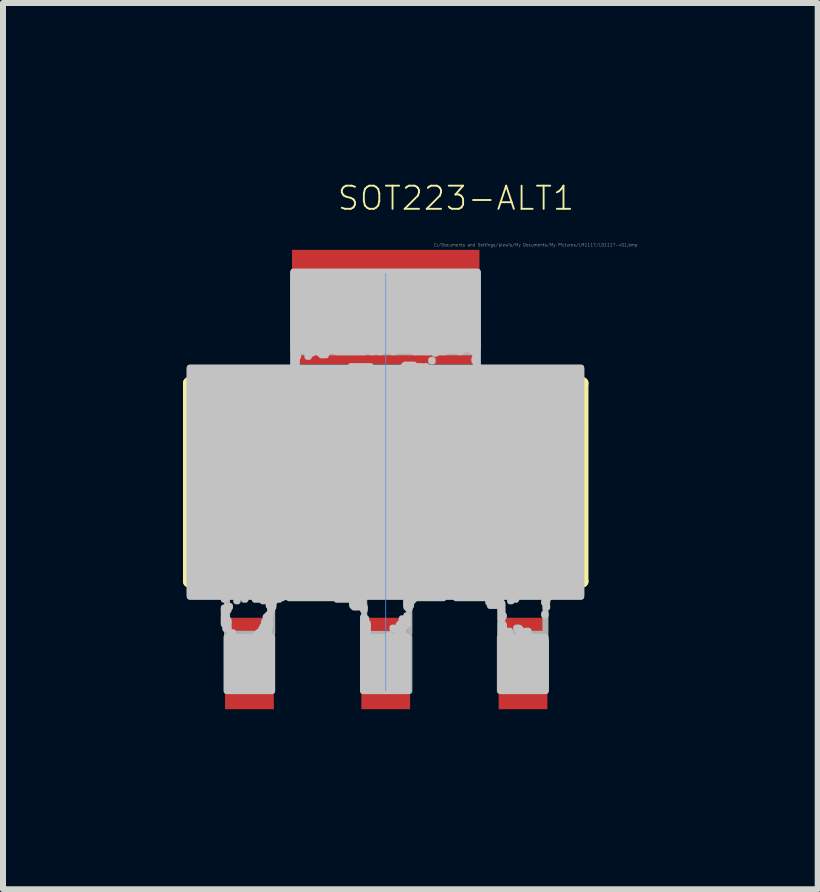
<source format=kicad_pcb>
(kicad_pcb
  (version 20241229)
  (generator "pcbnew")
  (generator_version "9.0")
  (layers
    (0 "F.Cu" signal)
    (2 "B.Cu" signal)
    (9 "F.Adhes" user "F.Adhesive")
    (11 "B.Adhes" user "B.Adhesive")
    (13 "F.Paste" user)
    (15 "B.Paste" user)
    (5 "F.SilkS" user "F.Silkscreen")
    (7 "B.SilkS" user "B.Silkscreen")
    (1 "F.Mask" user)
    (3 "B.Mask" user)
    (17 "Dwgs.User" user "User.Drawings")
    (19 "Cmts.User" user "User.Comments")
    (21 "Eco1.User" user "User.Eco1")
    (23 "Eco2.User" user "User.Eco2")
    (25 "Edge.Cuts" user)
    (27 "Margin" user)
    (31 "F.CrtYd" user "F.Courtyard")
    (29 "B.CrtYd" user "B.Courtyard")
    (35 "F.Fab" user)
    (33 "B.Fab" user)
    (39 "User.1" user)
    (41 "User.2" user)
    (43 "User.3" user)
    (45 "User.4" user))
  (footprint "SOT223-ALT1"
    (layer "F.Cu")
    (at 3.378 4.987)
    (property "Reference" "SOT223-ALT1" (at -0.826 -4.508 0) (layer "F.SilkS") (effects (font (size 0.386 0.386) (thickness 0.031)) (justify left bottom)))
    (attr through_hole)
    (fp_line (start -3.277 -1.651) (end 3.277 -1.651) (stroke (width 0.203) (type solid)) (layer "F.SilkS"))
    (fp_line (start -3.277 1.651) (end -3.277 -1.651) (stroke (width 0.203) (type solid)) (layer "F.SilkS"))
    (fp_line (start 3.277 -1.651) (end 3.277 1.651) (stroke (width 0.203) (type solid)) (layer "F.SilkS"))
    (fp_line (start 3.277 1.651) (end -3.277 1.651) (stroke (width 0.203) (type solid)) (layer "F.SilkS"))
    (fp_poly (pts (xy -3.266 1.905) (xy 3.256 1.905) (xy 3.256 -1.91) (xy -3.266 -1.91)) (stroke (width 0.1) (type solid)) (fill no) (layer "Dwgs.User"))
    (fp_poly (pts (xy -2.672 1.932) (xy -2.698 1.932) (xy -2.698 1.958) (xy -2.672 1.958)) (stroke (width 0.1) (type solid)) (fill no) (layer "Dwgs.User"))
    (fp_poly (pts (xy -2.672 2.164) (xy -2.698 2.164) (xy -2.698 2.19) (xy -2.672 2.19)) (stroke (width 0.1) (type solid)) (fill no) (layer "Dwgs.User"))
    (fp_poly (pts (xy -2.672 2.216) (xy -2.698 2.216) (xy -2.698 2.241) (xy -2.672 2.241)) (stroke (width 0.1) (type solid)) (fill no) (layer "Dwgs.User"))
    (fp_poly (pts (xy -2.647 3.48) (xy -1.897 3.48) (xy -1.897 2.578) (xy -2.647 2.578)) (stroke (width 0.1) (type solid)) (fill no) (layer "Dwgs.User"))
    (fp_poly (pts (xy -2.646 1.906) (xy -2.698 1.906) (xy -2.698 1.932) (xy -2.646 1.932)) (stroke (width 0.1) (type solid)) (fill no) (layer "Dwgs.User"))
    (fp_poly (pts (xy -2.646 2.138) (xy -2.698 2.138) (xy -2.698 2.164) (xy -2.646 2.164)) (stroke (width 0.1) (type solid)) (fill no) (layer "Dwgs.User"))
    (fp_poly (pts (xy -2.646 2.241) (xy -2.698 2.241) (xy -2.698 2.267) (xy -2.646 2.267)) (stroke (width 0.1) (type solid)) (fill no) (layer "Dwgs.User"))
    (fp_poly (pts (xy -2.646 2.267) (xy -2.698 2.267) (xy -2.698 2.293) (xy -2.646 2.293)) (stroke (width 0.1) (type solid)) (fill no) (layer "Dwgs.User"))
    (fp_poly (pts (xy -2.62 2.087) (xy -2.698 2.087) (xy -2.698 2.113) (xy -2.62 2.113)) (stroke (width 0.1) (type solid)) (fill no) (layer "Dwgs.User"))
    (fp_poly (pts (xy -2.62 2.113) (xy -2.698 2.113) (xy -2.698 2.138) (xy -2.62 2.138)) (stroke (width 0.1) (type solid)) (fill no) (layer "Dwgs.User"))
    (fp_poly (pts (xy -2.62 2.293) (xy -2.698 2.293) (xy -2.698 2.319) (xy -2.62 2.319)) (stroke (width 0.1) (type solid)) (fill no) (layer "Dwgs.User"))
    (fp_poly (pts (xy -2.62 2.319) (xy -2.698 2.319) (xy -2.698 2.345) (xy -2.62 2.345)) (stroke (width 0.1) (type solid)) (fill no) (layer "Dwgs.User"))
    (fp_poly (pts (xy -2.62 2.345) (xy -2.698 2.345) (xy -2.698 2.37) (xy -2.62 2.37)) (stroke (width 0.1) (type solid)) (fill no) (layer "Dwgs.User"))
    (fp_poly (pts (xy -2.62 2.396) (xy -2.672 2.396) (xy -2.672 2.422) (xy -2.62 2.422)) (stroke (width 0.1) (type solid)) (fill no) (layer "Dwgs.User"))
    (fp_poly (pts (xy -2.62 2.422) (xy -2.672 2.422) (xy -2.672 2.448) (xy -2.62 2.448)) (stroke (width 0.1) (type solid)) (fill no) (layer "Dwgs.User"))
    (fp_poly (pts (xy -2.595 2.061) (xy -2.646 2.061) (xy -2.646 2.087) (xy -2.595 2.087)) (stroke (width 0.1) (type solid)) (fill no) (layer "Dwgs.User"))
    (fp_poly (pts (xy -2.543 2.499) (xy -2.595 2.499) (xy -2.595 2.525) (xy -2.543 2.525)) (stroke (width 0.1) (type solid)) (fill no) (layer "Dwgs.User"))
    (fp_poly (pts (xy -2.543 2.525) (xy -2.595 2.525) (xy -2.595 2.551) (xy -2.543 2.551)) (stroke (width 0.1) (type solid)) (fill no) (layer "Dwgs.User"))
    (fp_poly (pts (xy -2.543 2.551) (xy -2.595 2.551) (xy -2.595 2.577) (xy -2.543 2.577)) (stroke (width 0.1) (type solid)) (fill no) (layer "Dwgs.User"))
    (fp_poly (pts (xy -2.466 1.958) (xy -2.491 1.958) (xy -2.491 1.984) (xy -2.466 1.984)) (stroke (width 0.1) (type solid)) (fill no) (layer "Dwgs.User"))
    (fp_poly (pts (xy -2.337 1.932) (xy -2.363 1.932) (xy -2.363 1.958) (xy -2.337 1.958)) (stroke (width 0.1) (type solid)) (fill no) (layer "Dwgs.User"))
    (fp_poly (pts (xy -2.131 2.551) (xy -2.182 2.551) (xy -2.182 2.577) (xy -2.131 2.577)) (stroke (width 0.1) (type solid)) (fill no) (layer "Dwgs.User"))
    (fp_poly (pts (xy -2.105 1.932) (xy -2.182 1.932) (xy -2.182 1.958) (xy -2.105 1.958)) (stroke (width 0.1) (type solid)) (fill no) (layer "Dwgs.User"))
    (fp_poly (pts (xy -2.079 2.499) (xy -2.13 2.499) (xy -2.13 2.525) (xy -2.079 2.525)) (stroke (width 0.1) (type solid)) (fill no) (layer "Dwgs.User"))
    (fp_poly (pts (xy -2.053 2.474) (xy -2.079 2.474) (xy -2.079 2.499) (xy -2.053 2.499)) (stroke (width 0.1) (type solid)) (fill no) (layer "Dwgs.User"))
    (fp_poly (pts (xy -2.027 1.958) (xy -2.053 1.958) (xy -2.053 1.984) (xy -2.027 1.984)) (stroke (width 0.1) (type solid)) (fill no) (layer "Dwgs.User"))
    (fp_poly (pts (xy -1.976 2.422) (xy -2.053 2.422) (xy -2.053 2.448) (xy -1.976 2.448)) (stroke (width 0.1) (type solid)) (fill no) (layer "Dwgs.User"))
    (fp_poly (pts (xy -1.976 2.448) (xy -2.079 2.448) (xy -2.079 2.473) (xy -1.976 2.473)) (stroke (width 0.1) (type solid)) (fill no) (layer "Dwgs.User"))
    (fp_poly (pts (xy -1.976 2.525) (xy -2.002 2.525) (xy -2.002 2.551) (xy -1.976 2.551)) (stroke (width 0.1) (type solid)) (fill no) (layer "Dwgs.User"))
    (fp_poly (pts (xy -1.976 2.551) (xy -2.027 2.551) (xy -2.027 2.577) (xy -1.976 2.577)) (stroke (width 0.1) (type solid)) (fill no) (layer "Dwgs.User"))
    (fp_poly (pts (xy -1.976 2.577) (xy -2.62 2.577) (xy -2.62 2.602) (xy -1.976 2.602)) (stroke (width 0.1) (type solid)) (fill no) (layer "Dwgs.User"))
    (fp_poly (pts (xy -1.976 2.602) (xy -2.62 2.602) (xy -2.62 2.628) (xy -1.976 2.628)) (stroke (width 0.1) (type solid)) (fill no) (layer "Dwgs.User"))
    (fp_poly (pts (xy -1.95 2.267) (xy -1.976 2.267) (xy -1.976 2.293) (xy -1.95 2.293)) (stroke (width 0.1) (type solid)) (fill no) (layer "Dwgs.User"))
    (fp_poly (pts (xy -1.95 2.293) (xy -1.976 2.293) (xy -1.976 2.319) (xy -1.95 2.319)) (stroke (width 0.1) (type solid)) (fill no) (layer "Dwgs.User"))
    (fp_poly (pts (xy -1.95 2.319) (xy -2.027 2.319) (xy -2.027 2.345) (xy -1.95 2.345)) (stroke (width 0.1) (type solid)) (fill no) (layer "Dwgs.User"))
    (fp_poly (pts (xy -1.95 2.396) (xy -2.053 2.396) (xy -2.053 2.422) (xy -1.95 2.422)) (stroke (width 0.1) (type solid)) (fill no) (layer "Dwgs.User"))
    (fp_poly (pts (xy -1.95 2.474) (xy -2.002 2.474) (xy -2.002 2.499) (xy -1.95 2.499)) (stroke (width 0.1) (type solid)) (fill no) (layer "Dwgs.User"))
    (fp_poly (pts (xy -1.95 2.499) (xy -2.002 2.499) (xy -2.002 2.525) (xy -1.95 2.525)) (stroke (width 0.1) (type solid)) (fill no) (layer "Dwgs.User"))
    (fp_poly (pts (xy -1.924 2.19) (xy -1.95 2.19) (xy -1.95 2.216) (xy -1.924 2.216)) (stroke (width 0.1) (type solid)) (fill no) (layer "Dwgs.User"))
    (fp_poly (pts (xy -1.924 2.216) (xy -1.976 2.216) (xy -1.976 2.241) (xy -1.924 2.241)) (stroke (width 0.1) (type solid)) (fill no) (layer "Dwgs.User"))
    (fp_poly (pts (xy -1.924 2.241) (xy -2.002 2.241) (xy -2.002 2.267) (xy -1.924 2.267)) (stroke (width 0.1) (type solid)) (fill no) (layer "Dwgs.User"))
    (fp_poly (pts (xy -1.924 2.345) (xy -2.027 2.345) (xy -2.027 2.37) (xy -1.924 2.37)) (stroke (width 0.1) (type solid)) (fill no) (layer "Dwgs.User"))
    (fp_poly (pts (xy -1.924 2.37) (xy -2.027 2.37) (xy -2.027 2.396) (xy -1.924 2.396)) (stroke (width 0.1) (type solid)) (fill no) (layer "Dwgs.User"))
    (fp_poly (pts (xy -1.899 2.087) (xy -1.924 2.087) (xy -1.924 2.113) (xy -1.899 2.113)) (stroke (width 0.1) (type solid)) (fill no) (layer "Dwgs.User"))
    (fp_poly (pts (xy -1.899 2.113) (xy -1.924 2.113) (xy -1.924 2.138) (xy -1.899 2.138)) (stroke (width 0.1) (type solid)) (fill no) (layer "Dwgs.User"))
    (fp_poly (pts (xy -1.899 2.628) (xy -2.646 2.628) (xy -2.646 2.654) (xy -1.899 2.654)) (stroke (width 0.1) (type solid)) (fill no) (layer "Dwgs.User"))
    (fp_poly (pts (xy -1.899 2.654) (xy -2.646 2.654) (xy -2.646 2.68) (xy -1.899 2.68)) (stroke (width 0.1) (type solid)) (fill no) (layer "Dwgs.User"))
    (fp_poly (pts (xy -1.899 2.68) (xy -2.646 2.68) (xy -2.646 2.706) (xy -1.899 2.706)) (stroke (width 0.1) (type solid)) (fill no) (layer "Dwgs.User"))
    (fp_poly (pts (xy -1.899 2.706) (xy -2.646 2.706) (xy -2.646 2.731) (xy -1.899 2.731)) (stroke (width 0.1) (type solid)) (fill no) (layer "Dwgs.User"))
    (fp_poly (pts (xy -1.899 2.731) (xy -2.646 2.731) (xy -2.646 2.757) (xy -1.899 2.757)) (stroke (width 0.1) (type solid)) (fill no) (layer "Dwgs.User"))
    (fp_poly (pts (xy -1.899 2.757) (xy -2.646 2.757) (xy -2.646 2.783) (xy -1.899 2.783)) (stroke (width 0.1) (type solid)) (fill no) (layer "Dwgs.User"))
    (fp_poly (pts (xy -1.899 2.783) (xy -2.646 2.783) (xy -2.646 2.809) (xy -1.899 2.809)) (stroke (width 0.1) (type solid)) (fill no) (layer "Dwgs.User"))
    (fp_poly (pts (xy -1.899 2.809) (xy -2.646 2.809) (xy -2.646 2.834) (xy -1.899 2.834)) (stroke (width 0.1) (type solid)) (fill no) (layer "Dwgs.User"))
    (fp_poly (pts (xy -1.899 2.834) (xy -2.646 2.834) (xy -2.646 2.86) (xy -1.899 2.86)) (stroke (width 0.1) (type solid)) (fill no) (layer "Dwgs.User"))
    (fp_poly (pts (xy -1.899 2.86) (xy -2.646 2.86) (xy -2.646 2.886) (xy -1.899 2.886)) (stroke (width 0.1) (type solid)) (fill no) (layer "Dwgs.User"))
    (fp_poly (pts (xy -1.899 2.886) (xy -2.646 2.886) (xy -2.646 2.912) (xy -1.899 2.912)) (stroke (width 0.1) (type solid)) (fill no) (layer "Dwgs.User"))
    (fp_poly (pts (xy -1.899 2.912) (xy -2.646 2.912) (xy -2.646 2.938) (xy -1.899 2.938)) (stroke (width 0.1) (type solid)) (fill no) (layer "Dwgs.User"))
    (fp_poly (pts (xy -1.899 2.938) (xy -2.646 2.938) (xy -2.646 2.963) (xy -1.899 2.963)) (stroke (width 0.1) (type solid)) (fill no) (layer "Dwgs.User"))
    (fp_poly (pts (xy -1.899 2.963) (xy -2.646 2.963) (xy -2.646 2.989) (xy -1.899 2.989)) (stroke (width 0.1) (type solid)) (fill no) (layer "Dwgs.User"))
    (fp_poly (pts (xy -1.899 2.989) (xy -2.646 2.989) (xy -2.646 3.015) (xy -1.899 3.015)) (stroke (width 0.1) (type solid)) (fill no) (layer "Dwgs.User"))
    (fp_poly (pts (xy -1.899 3.015) (xy -2.646 3.015) (xy -2.646 3.041) (xy -1.899 3.041)) (stroke (width 0.1) (type solid)) (fill no) (layer "Dwgs.User"))
    (fp_poly (pts (xy -1.899 3.041) (xy -2.646 3.041) (xy -2.646 3.067) (xy -1.899 3.067)) (stroke (width 0.1) (type solid)) (fill no) (layer "Dwgs.User"))
    (fp_poly (pts (xy -1.899 3.067) (xy -2.646 3.067) (xy -2.646 3.092) (xy -1.899 3.092)) (stroke (width 0.1) (type solid)) (fill no) (layer "Dwgs.User"))
    (fp_poly (pts (xy -1.899 3.092) (xy -2.646 3.092) (xy -2.646 3.118) (xy -1.899 3.118)) (stroke (width 0.1) (type solid)) (fill no) (layer "Dwgs.User"))
    (fp_poly (pts (xy -1.899 3.118) (xy -2.646 3.118) (xy -2.646 3.144) (xy -1.899 3.144)) (stroke (width 0.1) (type solid)) (fill no) (layer "Dwgs.User"))
    (fp_poly (pts (xy -1.899 3.144) (xy -2.646 3.144) (xy -2.646 3.17) (xy -1.899 3.17)) (stroke (width 0.1) (type solid)) (fill no) (layer "Dwgs.User"))
    (fp_poly (pts (xy -1.899 3.17) (xy -2.646 3.17) (xy -2.646 3.195) (xy -1.899 3.195)) (stroke (width 0.1) (type solid)) (fill no) (layer "Dwgs.User"))
    (fp_poly (pts (xy -1.899 3.195) (xy -2.646 3.195) (xy -2.646 3.221) (xy -1.899 3.221)) (stroke (width 0.1) (type solid)) (fill no) (layer "Dwgs.User"))
    (fp_poly (pts (xy -1.899 3.221) (xy -2.646 3.221) (xy -2.646 3.247) (xy -1.899 3.247)) (stroke (width 0.1) (type solid)) (fill no) (layer "Dwgs.User"))
    (fp_poly (pts (xy -1.899 3.247) (xy -2.646 3.247) (xy -2.646 3.273) (xy -1.899 3.273)) (stroke (width 0.1) (type solid)) (fill no) (layer "Dwgs.User"))
    (fp_poly (pts (xy -1.899 3.273) (xy -2.646 3.273) (xy -2.646 3.299) (xy -1.899 3.299)) (stroke (width 0.1) (type solid)) (fill no) (layer "Dwgs.User"))
    (fp_poly (pts (xy -1.899 3.299) (xy -2.646 3.299) (xy -2.646 3.324) (xy -1.899 3.324)) (stroke (width 0.1) (type solid)) (fill no) (layer "Dwgs.User"))
    (fp_poly (pts (xy -1.899 3.324) (xy -2.646 3.324) (xy -2.646 3.35) (xy -1.899 3.35)) (stroke (width 0.1) (type solid)) (fill no) (layer "Dwgs.User"))
    (fp_poly (pts (xy -1.899 3.35) (xy -2.646 3.35) (xy -2.646 3.376) (xy -1.899 3.376)) (stroke (width 0.1) (type solid)) (fill no) (layer "Dwgs.User"))
    (fp_poly (pts (xy -1.899 3.376) (xy -2.646 3.376) (xy -2.646 3.402) (xy -1.899 3.402)) (stroke (width 0.1) (type solid)) (fill no) (layer "Dwgs.User"))
    (fp_poly (pts (xy -1.899 3.402) (xy -2.646 3.402) (xy -2.646 3.427) (xy -1.899 3.427)) (stroke (width 0.1) (type solid)) (fill no) (layer "Dwgs.User"))
    (fp_poly (pts (xy -1.899 3.427) (xy -2.646 3.427) (xy -2.646 3.453) (xy -1.899 3.453)) (stroke (width 0.1) (type solid)) (fill no) (layer "Dwgs.User"))
    (fp_poly (pts (xy -1.899 3.453) (xy -2.646 3.453) (xy -2.646 3.479) (xy -1.899 3.479)) (stroke (width 0.1) (type solid)) (fill no) (layer "Dwgs.User"))
    (fp_poly (pts (xy -1.873 1.984) (xy -1.95 1.984) (xy -1.95 2.01) (xy -1.873 2.01)) (stroke (width 0.1) (type solid)) (fill no) (layer "Dwgs.User"))
    (fp_poly (pts (xy -1.873 2.01) (xy -1.95 2.01) (xy -1.95 2.035) (xy -1.873 2.035)) (stroke (width 0.1) (type solid)) (fill no) (layer "Dwgs.User"))
    (fp_poly (pts (xy -1.873 2.035) (xy -1.95 2.035) (xy -1.95 2.061) (xy -1.873 2.061)) (stroke (width 0.1) (type solid)) (fill no) (layer "Dwgs.User"))
    (fp_poly (pts (xy -1.873 2.061) (xy -1.924 2.061) (xy -1.924 2.087) (xy -1.873 2.087)) (stroke (width 0.1) (type solid)) (fill no) (layer "Dwgs.User"))
    (fp_poly (pts (xy -1.847 1.958) (xy -1.95 1.958) (xy -1.95 1.984) (xy -1.847 1.984)) (stroke (width 0.1) (type solid)) (fill no) (layer "Dwgs.User"))
    (fp_poly (pts (xy -1.77 1.932) (xy -1.95 1.932) (xy -1.95 1.958) (xy -1.77 1.958)) (stroke (width 0.1) (type solid)) (fill no) (layer "Dwgs.User"))
    (fp_poly (pts (xy -1.718 1.906) (xy -1.95 1.906) (xy -1.95 1.932) (xy -1.718 1.932)) (stroke (width 0.1) (type solid)) (fill no) (layer "Dwgs.User"))
    (fp_poly (pts (xy -1.539 -2.215) (xy 1.532 -2.215) (xy 1.532 -3.51) (xy -1.539 -3.51)) (stroke (width 0.1) (type solid)) (fill no) (layer "Dwgs.User"))
    (fp_poly (pts (xy -1.512 -1.935) (xy -1.538 -1.935) (xy -1.538 -1.909) (xy -1.512 -1.909)) (stroke (width 0.1) (type solid)) (fill no) (layer "Dwgs.User"))
    (fp_poly (pts (xy -1.486 -2.244) (xy -1.538 -2.244) (xy -1.538 -2.219) (xy -1.486 -2.219)) (stroke (width 0.1) (type solid)) (fill no) (layer "Dwgs.User"))
    (fp_poly (pts (xy -1.486 -2.219) (xy -1.538 -2.219) (xy -1.538 -2.193) (xy -1.486 -2.193)) (stroke (width 0.1) (type solid)) (fill no) (layer "Dwgs.User"))
    (fp_poly (pts (xy -1.486 -2.193) (xy -1.538 -2.193) (xy -1.538 -2.167) (xy -1.486 -2.167)) (stroke (width 0.1) (type solid)) (fill no) (layer "Dwgs.User"))
    (fp_poly (pts (xy -1.486 -2.167) (xy -1.538 -2.167) (xy -1.538 -2.141) (xy -1.486 -2.141)) (stroke (width 0.1) (type solid)) (fill no) (layer "Dwgs.User"))
    (fp_poly (pts (xy -1.486 -2.141) (xy -1.538 -2.141) (xy -1.538 -2.115) (xy -1.486 -2.115)) (stroke (width 0.1) (type solid)) (fill no) (layer "Dwgs.User"))
    (fp_poly (pts (xy -1.486 -2.09) (xy -1.538 -2.09) (xy -1.538 -2.064) (xy -1.486 -2.064)) (stroke (width 0.1) (type solid)) (fill no) (layer "Dwgs.User"))
    (fp_poly (pts (xy -1.486 -2.064) (xy -1.538 -2.064) (xy -1.538 -2.038) (xy -1.486 -2.038)) (stroke (width 0.1) (type solid)) (fill no) (layer "Dwgs.User"))
    (fp_poly (pts (xy -1.486 -2.038) (xy -1.538 -2.038) (xy -1.538 -2.013) (xy -1.486 -2.013)) (stroke (width 0.1) (type solid)) (fill no) (layer "Dwgs.User"))
    (fp_poly (pts (xy -1.486 -2.012) (xy -1.538 -2.012) (xy -1.538 -1.987) (xy -1.486 -1.987)) (stroke (width 0.1) (type solid)) (fill no) (layer "Dwgs.User"))
    (fp_poly (pts (xy -1.486 -1.987) (xy -1.538 -1.987) (xy -1.538 -1.961) (xy -1.486 -1.961)) (stroke (width 0.1) (type solid)) (fill no) (layer "Dwgs.User"))
    (fp_poly (pts (xy -1.486 -1.961) (xy -1.538 -1.961) (xy -1.538 -1.935) (xy -1.486 -1.935)) (stroke (width 0.1) (type solid)) (fill no) (layer "Dwgs.User"))
    (fp_poly (pts (xy -1.46 -2.115) (xy -1.538 -2.115) (xy -1.538 -2.09) (xy -1.46 -2.09)) (stroke (width 0.1) (type solid)) (fill no) (layer "Dwgs.User"))
    (fp_poly (pts (xy -1.434 -2.27) (xy -1.538 -2.27) (xy -1.538 -2.244) (xy -1.434 -2.244)) (stroke (width 0.1) (type solid)) (fill no) (layer "Dwgs.User"))
    (fp_poly (pts (xy -1.28 -2.115) (xy -1.305 -2.115) (xy -1.305 -2.09) (xy -1.28 -2.09)) (stroke (width 0.1) (type solid)) (fill no) (layer "Dwgs.User"))
    (fp_poly (pts (xy -1.254 -2.373) (xy -1.538 -2.373) (xy -1.538 -2.348) (xy -1.254 -2.348)) (stroke (width 0.1) (type solid)) (fill no) (layer "Dwgs.User"))
    (fp_poly (pts (xy -1.228 -2.399) (xy -1.538 -2.399) (xy -1.538 -2.373) (xy -1.228 -2.373)) (stroke (width 0.1) (type solid)) (fill no) (layer "Dwgs.User"))
    (fp_poly (pts (xy -1.228 -2.348) (xy -1.538 -2.348) (xy -1.538 -2.322) (xy -1.228 -2.322)) (stroke (width 0.1) (type solid)) (fill no) (layer "Dwgs.User"))
    (fp_poly (pts (xy -1.228 -2.244) (xy -1.331 -2.244) (xy -1.331 -2.219) (xy -1.228 -2.219)) (stroke (width 0.1) (type solid)) (fill no) (layer "Dwgs.User"))
    (fp_poly (pts (xy -1.228 -2.219) (xy -1.383 -2.219) (xy -1.383 -2.193) (xy -1.228 -2.193)) (stroke (width 0.1) (type solid)) (fill no) (layer "Dwgs.User"))
    (fp_poly (pts (xy -1.228 -2.167) (xy -1.305 -2.167) (xy -1.305 -2.141) (xy -1.228 -2.141)) (stroke (width 0.1) (type solid)) (fill no) (layer "Dwgs.User"))
    (fp_poly (pts (xy -1.125 -2.193) (xy -1.306 -2.193) (xy -1.306 -2.167) (xy -1.125 -2.167)) (stroke (width 0.1) (type solid)) (fill no) (layer "Dwgs.User"))
    (fp_poly (pts (xy -1.073 -2.348) (xy -1.177 -2.348) (xy -1.177 -2.322) (xy -1.073 -2.322)) (stroke (width 0.1) (type solid)) (fill no) (layer "Dwgs.User"))
    (fp_poly (pts (xy -0.996 -2.167) (xy -1.099 -2.167) (xy -1.099 -2.141) (xy -0.996 -2.141)) (stroke (width 0.1) (type solid)) (fill no) (layer "Dwgs.User"))
    (fp_poly (pts (xy -0.996 -2.141) (xy -1.073 -2.141) (xy -1.073 -2.115) (xy -0.996 -2.115)) (stroke (width 0.1) (type solid)) (fill no) (layer "Dwgs.User"))
    (fp_poly (pts (xy -0.97 -2.193) (xy -1.099 -2.193) (xy -1.099 -2.167) (xy -0.97 -2.167)) (stroke (width 0.1) (type solid)) (fill no) (layer "Dwgs.User"))
    (fp_poly (pts (xy -0.558 -2.373) (xy -1.151 -2.373) (xy -1.151 -2.348) (xy -0.558 -2.348)) (stroke (width 0.1) (type solid)) (fill no) (layer "Dwgs.User"))
    (fp_poly (pts (xy -0.558 -2.348) (xy -1.048 -2.348) (xy -1.048 -2.322) (xy -0.558 -2.322)) (stroke (width 0.1) (type solid)) (fill no) (layer "Dwgs.User"))
    (fp_poly (pts (xy -0.558 -2.193) (xy -0.816 -2.193) (xy -0.816 -2.167) (xy -0.558 -2.167)) (stroke (width 0.1) (type solid)) (fill no) (layer "Dwgs.User"))
    (fp_poly (pts (xy -0.377 -2.373) (xy -0.506 -2.373) (xy -0.506 -2.348) (xy -0.377 -2.348)) (stroke (width 0.1) (type solid)) (fill no) (layer "Dwgs.User"))
    (fp_poly (pts (xy -0.377 1.906) (xy -1.615 1.906) (xy -1.615 1.932) (xy -0.377 1.932)) (stroke (width 0.1) (type solid)) (fill no) (layer "Dwgs.User"))
    (fp_poly (pts (xy -0.377 1.932) (xy -0.816 1.932) (xy -0.816 1.958) (xy -0.377 1.958)) (stroke (width 0.1) (type solid)) (fill no) (layer "Dwgs.User"))
    (fp_poly (pts (xy -0.377 1.958) (xy -0.558 1.958) (xy -0.558 1.984) (xy -0.377 1.984)) (stroke (width 0.1) (type solid)) (fill no) (layer "Dwgs.User"))
    (fp_poly (pts (xy -0.377 1.984) (xy -0.558 1.984) (xy -0.558 2.01) (xy -0.377 2.01)) (stroke (width 0.1) (type solid)) (fill no) (layer "Dwgs.User"))
    (fp_poly (pts (xy -0.377 2.01) (xy -0.558 2.01) (xy -0.558 2.035) (xy -0.377 2.035)) (stroke (width 0.1) (type solid)) (fill no) (layer "Dwgs.User"))
    (fp_poly (pts (xy -0.377 2.035) (xy -0.558 2.035) (xy -0.558 2.061) (xy -0.377 2.061)) (stroke (width 0.1) (type solid)) (fill no) (layer "Dwgs.User"))
    (fp_poly (pts (xy -0.376 3.477) (xy 0.371 3.477) (xy 0.371 2.578) (xy -0.376 2.578)) (stroke (width 0.1) (type solid)) (fill no) (layer "Dwgs.User"))
    (fp_poly (pts (xy -0.352 -2.579) (xy -1.538 -2.579) (xy -1.538 -2.554) (xy -0.352 -2.554)) (stroke (width 0.1) (type solid)) (fill no) (layer "Dwgs.User"))
    (fp_poly (pts (xy -0.352 -2.193) (xy -0.532 -2.193) (xy -0.532 -2.167) (xy -0.352 -2.167)) (stroke (width 0.1) (type solid)) (fill no) (layer "Dwgs.User"))
    (fp_poly (pts (xy -0.352 2.061) (xy -0.532 2.061) (xy -0.532 2.087) (xy -0.352 2.087)) (stroke (width 0.1) (type solid)) (fill no) (layer "Dwgs.User"))
    (fp_poly (pts (xy -0.352 2.087) (xy -0.377 2.087) (xy -0.377 2.113) (xy -0.352 2.113)) (stroke (width 0.1) (type solid)) (fill no) (layer "Dwgs.User"))
    (fp_poly (pts (xy -0.352 2.113) (xy -0.377 2.113) (xy -0.377 2.138) (xy -0.352 2.138)) (stroke (width 0.1) (type solid)) (fill no) (layer "Dwgs.User"))
    (fp_poly (pts (xy -0.352 2.241) (xy -0.377 2.241) (xy -0.377 2.267) (xy -0.352 2.267)) (stroke (width 0.1) (type solid)) (fill no) (layer "Dwgs.User"))
    (fp_poly (pts (xy -0.352 2.551) (xy -0.377 2.551) (xy -0.377 2.577) (xy -0.352 2.577)) (stroke (width 0.1) (type solid)) (fill no) (layer "Dwgs.User"))
    (fp_poly (pts (xy -0.326 2.267) (xy -0.377 2.267) (xy -0.377 2.293) (xy -0.326 2.293)) (stroke (width 0.1) (type solid)) (fill no) (layer "Dwgs.User"))
    (fp_poly (pts (xy -0.326 2.293) (xy -0.377 2.293) (xy -0.377 2.319) (xy -0.326 2.319)) (stroke (width 0.1) (type solid)) (fill no) (layer "Dwgs.User"))
    (fp_poly (pts (xy -0.326 2.319) (xy -0.377 2.319) (xy -0.377 2.345) (xy -0.326 2.345)) (stroke (width 0.1) (type solid)) (fill no) (layer "Dwgs.User"))
    (fp_poly (pts (xy -0.326 2.499) (xy -0.377 2.499) (xy -0.377 2.525) (xy -0.326 2.525)) (stroke (width 0.1) (type solid)) (fill no) (layer "Dwgs.User"))
    (fp_poly (pts (xy -0.326 2.525) (xy -0.377 2.525) (xy -0.377 2.551) (xy -0.326 2.551)) (stroke (width 0.1) (type solid)) (fill no) (layer "Dwgs.User"))
    (fp_poly (pts (xy -0.3 2.345) (xy -0.377 2.345) (xy -0.377 2.37) (xy -0.3 2.37)) (stroke (width 0.1) (type solid)) (fill no) (layer "Dwgs.User"))
    (fp_poly (pts (xy -0.3 2.37) (xy -0.377 2.37) (xy -0.377 2.396) (xy -0.3 2.396)) (stroke (width 0.1) (type solid)) (fill no) (layer "Dwgs.User"))
    (fp_poly (pts (xy -0.3 2.396) (xy -0.377 2.396) (xy -0.377 2.422) (xy -0.3 2.422)) (stroke (width 0.1) (type solid)) (fill no) (layer "Dwgs.User"))
    (fp_poly (pts (xy -0.3 2.422) (xy -0.377 2.422) (xy -0.377 2.448) (xy -0.3 2.448)) (stroke (width 0.1) (type solid)) (fill no) (layer "Dwgs.User"))
    (fp_poly (pts (xy -0.3 2.448) (xy -0.377 2.448) (xy -0.377 2.473) (xy -0.3 2.473)) (stroke (width 0.1) (type solid)) (fill no) (layer "Dwgs.User"))
    (fp_poly (pts (xy -0.3 2.474) (xy -0.377 2.474) (xy -0.377 2.499) (xy -0.3 2.499)) (stroke (width 0.1) (type solid)) (fill no) (layer "Dwgs.User"))
    (fp_poly (pts (xy -0.248 -1.935) (xy -0.584 -1.935) (xy -0.584 -1.909) (xy -0.248 -1.909)) (stroke (width 0.1) (type solid)) (fill no) (layer "Dwgs.User"))
    (fp_poly (pts (xy -0.197 -2.193) (xy -0.248 -2.193) (xy -0.248 -2.167) (xy -0.197 -2.167)) (stroke (width 0.1) (type solid)) (fill no) (layer "Dwgs.User"))
    (fp_poly (pts (xy -0.068 -2.193) (xy -0.119 -2.193) (xy -0.119 -2.167) (xy -0.068 -2.167)) (stroke (width 0.1) (type solid)) (fill no) (layer "Dwgs.User"))
    (fp_poly (pts (xy 0.087 2.551) (xy 0.035 2.551) (xy 0.035 2.577) (xy 0.087 2.577)) (stroke (width 0.1) (type solid)) (fill no) (layer "Dwgs.User"))
    (fp_poly (pts (xy 0.138 -2.193) (xy 0.112 -2.193) (xy 0.112 -2.167) (xy 0.138 -2.167)) (stroke (width 0.1) (type solid)) (fill no) (layer "Dwgs.User"))
    (fp_poly (pts (xy 0.138 2.422) (xy 0.112 2.422) (xy 0.112 2.448) (xy 0.138 2.448)) (stroke (width 0.1) (type solid)) (fill no) (layer "Dwgs.User"))
    (fp_poly (pts (xy 0.267 2.474) (xy 0.19 2.474) (xy 0.19 2.499) (xy 0.267 2.499)) (stroke (width 0.1) (type solid)) (fill no) (layer "Dwgs.User"))
    (fp_poly (pts (xy 0.293 2.396) (xy 0.267 2.396) (xy 0.267 2.422) (xy 0.293 2.422)) (stroke (width 0.1) (type solid)) (fill no) (layer "Dwgs.User"))
    (fp_poly (pts (xy 0.293 2.422) (xy 0.19 2.422) (xy 0.19 2.448) (xy 0.293 2.448)) (stroke (width 0.1) (type solid)) (fill no) (layer "Dwgs.User"))
    (fp_poly (pts (xy 0.293 2.448) (xy 0.19 2.448) (xy 0.19 2.473) (xy 0.293 2.473)) (stroke (width 0.1) (type solid)) (fill no) (layer "Dwgs.User"))
    (fp_poly (pts (xy 0.319 2.267) (xy 0.267 2.267) (xy 0.267 2.293) (xy 0.319 2.293)) (stroke (width 0.1) (type solid)) (fill no) (layer "Dwgs.User"))
    (fp_poly (pts (xy 0.319 2.551) (xy 0.267 2.551) (xy 0.267 2.577) (xy 0.319 2.577)) (stroke (width 0.1) (type solid)) (fill no) (layer "Dwgs.User"))
    (fp_poly (pts (xy 0.319 2.577) (xy -0.377 2.577) (xy -0.377 2.602) (xy 0.319 2.602)) (stroke (width 0.1) (type solid)) (fill no) (layer "Dwgs.User"))
    (fp_poly (pts (xy 0.319 2.602) (xy -0.377 2.602) (xy -0.377 2.628) (xy 0.319 2.628)) (stroke (width 0.1) (type solid)) (fill no) (layer "Dwgs.User"))
    (fp_poly (pts (xy 0.344 2.293) (xy 0.267 2.293) (xy 0.267 2.319) (xy 0.344 2.319)) (stroke (width 0.1) (type solid)) (fill no) (layer "Dwgs.User"))
    (fp_poly (pts (xy 0.344 2.37) (xy 0.216 2.37) (xy 0.216 2.396) (xy 0.344 2.396)) (stroke (width 0.1) (type solid)) (fill no) (layer "Dwgs.User"))
    (fp_poly (pts (xy 0.37 2.216) (xy 0.344 2.216) (xy 0.344 2.241) (xy 0.37 2.241)) (stroke (width 0.1) (type solid)) (fill no) (layer "Dwgs.User"))
    (fp_poly (pts (xy 0.37 2.241) (xy 0.344 2.241) (xy 0.344 2.267) (xy 0.37 2.267)) (stroke (width 0.1) (type solid)) (fill no) (layer "Dwgs.User"))
    (fp_poly (pts (xy 0.37 2.319) (xy 0.267 2.319) (xy 0.267 2.345) (xy 0.37 2.345)) (stroke (width 0.1) (type solid)) (fill no) (layer "Dwgs.User"))
    (fp_poly (pts (xy 0.37 2.345) (xy 0.241 2.345) (xy 0.241 2.37) (xy 0.37 2.37)) (stroke (width 0.1) (type solid)) (fill no) (layer "Dwgs.User"))
    (fp_poly (pts (xy 0.37 2.628) (xy -0.377 2.628) (xy -0.377 2.654) (xy 0.37 2.654)) (stroke (width 0.1) (type solid)) (fill no) (layer "Dwgs.User"))
    (fp_poly (pts (xy 0.37 2.654) (xy -0.377 2.654) (xy -0.377 2.68) (xy 0.37 2.68)) (stroke (width 0.1) (type solid)) (fill no) (layer "Dwgs.User"))
    (fp_poly (pts (xy 0.37 2.68) (xy -0.377 2.68) (xy -0.377 2.706) (xy 0.37 2.706)) (stroke (width 0.1) (type solid)) (fill no) (layer "Dwgs.User"))
    (fp_poly (pts (xy 0.37 2.706) (xy -0.377 2.706) (xy -0.377 2.731) (xy 0.37 2.731)) (stroke (width 0.1) (type solid)) (fill no) (layer "Dwgs.User"))
    (fp_poly (pts (xy 0.37 2.731) (xy -0.377 2.731) (xy -0.377 2.757) (xy 0.37 2.757)) (stroke (width 0.1) (type solid)) (fill no) (layer "Dwgs.User"))
    (fp_poly (pts (xy 0.37 2.757) (xy -0.377 2.757) (xy -0.377 2.783) (xy 0.37 2.783)) (stroke (width 0.1) (type solid)) (fill no) (layer "Dwgs.User"))
    (fp_poly (pts (xy 0.37 2.783) (xy -0.377 2.783) (xy -0.377 2.809) (xy 0.37 2.809)) (stroke (width 0.1) (type solid)) (fill no) (layer "Dwgs.User"))
    (fp_poly (pts (xy 0.37 2.809) (xy -0.377 2.809) (xy -0.377 2.834) (xy 0.37 2.834)) (stroke (width 0.1) (type solid)) (fill no) (layer "Dwgs.User"))
    (fp_poly (pts (xy 0.37 2.834) (xy -0.377 2.834) (xy -0.377 2.86) (xy 0.37 2.86)) (stroke (width 0.1) (type solid)) (fill no) (layer "Dwgs.User"))
    (fp_poly (pts (xy 0.37 2.86) (xy -0.377 2.86) (xy -0.377 2.886) (xy 0.37 2.886)) (stroke (width 0.1) (type solid)) (fill no) (layer "Dwgs.User"))
    (fp_poly (pts (xy 0.37 2.886) (xy -0.377 2.886) (xy -0.377 2.912) (xy 0.37 2.912)) (stroke (width 0.1) (type solid)) (fill no) (layer "Dwgs.User"))
    (fp_poly (pts (xy 0.37 2.912) (xy -0.377 2.912) (xy -0.377 2.938) (xy 0.37 2.938)) (stroke (width 0.1) (type solid)) (fill no) (layer "Dwgs.User"))
    (fp_poly (pts (xy 0.37 2.938) (xy -0.377 2.938) (xy -0.377 2.963) (xy 0.37 2.963)) (stroke (width 0.1) (type solid)) (fill no) (layer "Dwgs.User"))
    (fp_poly (pts (xy 0.37 2.963) (xy -0.377 2.963) (xy -0.377 2.989) (xy 0.37 2.989)) (stroke (width 0.1) (type solid)) (fill no) (layer "Dwgs.User"))
    (fp_poly (pts (xy 0.37 2.989) (xy -0.377 2.989) (xy -0.377 3.015) (xy 0.37 3.015)) (stroke (width 0.1) (type solid)) (fill no) (layer "Dwgs.User"))
    (fp_poly (pts (xy 0.37 3.015) (xy -0.377 3.015) (xy -0.377 3.041) (xy 0.37 3.041)) (stroke (width 0.1) (type solid)) (fill no) (layer "Dwgs.User"))
    (fp_poly (pts (xy 0.37 3.041) (xy -0.377 3.041) (xy -0.377 3.067) (xy 0.37 3.067)) (stroke (width 0.1) (type solid)) (fill no) (layer "Dwgs.User"))
    (fp_poly (pts (xy 0.37 3.067) (xy -0.377 3.067) (xy -0.377 3.092) (xy 0.37 3.092)) (stroke (width 0.1) (type solid)) (fill no) (layer "Dwgs.User"))
    (fp_poly (pts (xy 0.37 3.092) (xy -0.377 3.092) (xy -0.377 3.118) (xy 0.37 3.118)) (stroke (width 0.1) (type solid)) (fill no) (layer "Dwgs.User"))
    (fp_poly (pts (xy 0.37 3.118) (xy -0.377 3.118) (xy -0.377 3.144) (xy 0.37 3.144)) (stroke (width 0.1) (type solid)) (fill no) (layer "Dwgs.User"))
    (fp_poly (pts (xy 0.37 3.144) (xy -0.377 3.144) (xy -0.377 3.17) (xy 0.37 3.17)) (stroke (width 0.1) (type solid)) (fill no) (layer "Dwgs.User"))
    (fp_poly (pts (xy 0.37 3.17) (xy -0.377 3.17) (xy -0.377 3.195) (xy 0.37 3.195)) (stroke (width 0.1) (type solid)) (fill no) (layer "Dwgs.User"))
    (fp_poly (pts (xy 0.37 3.195) (xy -0.377 3.195) (xy -0.377 3.221) (xy 0.37 3.221)) (stroke (width 0.1) (type solid)) (fill no) (layer "Dwgs.User"))
    (fp_poly (pts (xy 0.37 3.221) (xy -0.377 3.221) (xy -0.377 3.247) (xy 0.37 3.247)) (stroke (width 0.1) (type solid)) (fill no) (layer "Dwgs.User"))
    (fp_poly (pts (xy 0.37 3.247) (xy -0.377 3.247) (xy -0.377 3.273) (xy 0.37 3.273)) (stroke (width 0.1) (type solid)) (fill no) (layer "Dwgs.User"))
    (fp_poly (pts (xy 0.37 3.273) (xy -0.377 3.273) (xy -0.377 3.299) (xy 0.37 3.299)) (stroke (width 0.1) (type solid)) (fill no) (layer "Dwgs.User"))
    (fp_poly (pts (xy 0.37 3.299) (xy -0.377 3.299) (xy -0.377 3.324) (xy 0.37 3.324)) (stroke (width 0.1) (type solid)) (fill no) (layer "Dwgs.User"))
    (fp_poly (pts (xy 0.37 3.324) (xy -0.377 3.324) (xy -0.377 3.35) (xy 0.37 3.35)) (stroke (width 0.1) (type solid)) (fill no) (layer "Dwgs.User"))
    (fp_poly (pts (xy 0.37 3.35) (xy -0.377 3.35) (xy -0.377 3.376) (xy 0.37 3.376)) (stroke (width 0.1) (type solid)) (fill no) (layer "Dwgs.User"))
    (fp_poly (pts (xy 0.37 3.376) (xy -0.377 3.376) (xy -0.377 3.402) (xy 0.37 3.402)) (stroke (width 0.1) (type solid)) (fill no) (layer "Dwgs.User"))
    (fp_poly (pts (xy 0.37 3.402) (xy -0.377 3.402) (xy -0.377 3.427) (xy 0.37 3.427)) (stroke (width 0.1) (type solid)) (fill no) (layer "Dwgs.User"))
    (fp_poly (pts (xy 0.37 3.427) (xy -0.377 3.427) (xy -0.377 3.453) (xy 0.37 3.453)) (stroke (width 0.1) (type solid)) (fill no) (layer "Dwgs.User"))
    (fp_poly (pts (xy 0.37 3.453) (xy -0.377 3.453) (xy -0.377 3.479) (xy 0.37 3.479)) (stroke (width 0.1) (type solid)) (fill no) (layer "Dwgs.User"))
    (fp_poly (pts (xy 0.396 2.061) (xy 0.344 2.061) (xy 0.344 2.087) (xy 0.396 2.087)) (stroke (width 0.1) (type solid)) (fill no) (layer "Dwgs.User"))
    (fp_poly (pts (xy 0.396 2.087) (xy 0.37 2.087) (xy 0.37 2.113) (xy 0.396 2.113)) (stroke (width 0.1) (type solid)) (fill no) (layer "Dwgs.User"))
    (fp_poly (pts (xy 0.422 1.984) (xy 0.344 1.984) (xy 0.344 2.01) (xy 0.422 2.01)) (stroke (width 0.1) (type solid)) (fill no) (layer "Dwgs.User"))
    (fp_poly (pts (xy 0.422 2.01) (xy 0.344 2.01) (xy 0.344 2.035) (xy 0.422 2.035)) (stroke (width 0.1) (type solid)) (fill no) (layer "Dwgs.User"))
    (fp_poly (pts (xy 0.422 2.035) (xy 0.344 2.035) (xy 0.344 2.061) (xy 0.422 2.061)) (stroke (width 0.1) (type solid)) (fill no) (layer "Dwgs.User"))
    (fp_poly (pts (xy 0.448 -2.373) (xy -0.352 -2.373) (xy -0.352 -2.348) (xy 0.448 -2.348)) (stroke (width 0.1) (type solid)) (fill no) (layer "Dwgs.User"))
    (fp_poly (pts (xy 0.448 -2.348) (xy -0.532 -2.348) (xy -0.532 -2.322) (xy 0.448 -2.322)) (stroke (width 0.1) (type solid)) (fill no) (layer "Dwgs.User"))
    (fp_poly (pts (xy 0.448 1.958) (xy 0.344 1.958) (xy 0.344 1.984) (xy 0.448 1.984)) (stroke (width 0.1) (type solid)) (fill no) (layer "Dwgs.User"))
    (fp_poly (pts (xy 0.473 -1.961) (xy 0.319 -1.961) (xy 0.319 -1.935) (xy 0.473 -1.935)) (stroke (width 0.1) (type solid)) (fill no) (layer "Dwgs.User"))
    (fp_poly (pts (xy 0.473 1.932) (xy 0.344 1.932) (xy 0.344 1.958) (xy 0.473 1.958)) (stroke (width 0.1) (type solid)) (fill no) (layer "Dwgs.User"))
    (fp_poly (pts (xy 0.525 -2.193) (xy 0.473 -2.193) (xy 0.473 -2.167) (xy 0.525 -2.167)) (stroke (width 0.1) (type solid)) (fill no) (layer "Dwgs.User"))
    (fp_poly (pts (xy 0.602 -2.193) (xy 0.577 -2.193) (xy 0.577 -2.167) (xy 0.602 -2.167)) (stroke (width 0.1) (type solid)) (fill no) (layer "Dwgs.User"))
    (fp_poly (pts (xy 0.602 -1.935) (xy 0.293 -1.935) (xy 0.293 -1.909) (xy 0.602 -1.909)) (stroke (width 0.1) (type solid)) (fill no) (layer "Dwgs.User"))
    (fp_poly (pts (xy 0.628 -2.348) (xy 0.525 -2.348) (xy 0.525 -2.322) (xy 0.628 -2.322)) (stroke (width 0.1) (type solid)) (fill no) (layer "Dwgs.User"))
    (fp_poly (pts (xy 0.68 -1.935) (xy 0.654 -1.935) (xy 0.654 -1.909) (xy 0.68 -1.909)) (stroke (width 0.1) (type solid)) (fill no) (layer "Dwgs.User"))
    (fp_poly (pts (xy 0.731 -2.193) (xy 0.628 -2.193) (xy 0.628 -2.167) (xy 0.731 -2.167)) (stroke (width 0.1) (type solid)) (fill no) (layer "Dwgs.User"))
    (fp_poly (pts (xy 0.757 -2.554) (xy -1.538 -2.554) (xy -1.538 -2.528) (xy 0.757 -2.528)) (stroke (width 0.1) (type solid)) (fill no) (layer "Dwgs.User"))
    (fp_poly (pts (xy 0.757 1.906) (xy 0.344 1.906) (xy 0.344 1.932) (xy 0.757 1.932)) (stroke (width 0.1) (type solid)) (fill no) (layer "Dwgs.User"))
    (fp_poly (pts (xy 0.783 -2.038) (xy 0.757 -2.038) (xy 0.757 -2.013) (xy 0.783 -2.013)) (stroke (width 0.1) (type solid)) (fill no) (layer "Dwgs.User"))
    (fp_poly (pts (xy 0.834 -2.167) (xy 0.808 -2.167) (xy 0.808 -2.141) (xy 0.834 -2.141)) (stroke (width 0.1) (type solid)) (fill no) (layer "Dwgs.User"))
    (fp_poly (pts (xy 0.912 -2.193) (xy 0.783 -2.193) (xy 0.783 -2.167) (xy 0.912 -2.167)) (stroke (width 0.1) (type solid)) (fill no) (layer "Dwgs.User"))
    (fp_poly (pts (xy 0.937 -2.348) (xy 0.654 -2.348) (xy 0.654 -2.322) (xy 0.937 -2.322)) (stroke (width 0.1) (type solid)) (fill no) (layer "Dwgs.User"))
    (fp_poly (pts (xy 0.963 -2.373) (xy 0.577 -2.373) (xy 0.577 -2.348) (xy 0.963 -2.348)) (stroke (width 0.1) (type solid)) (fill no) (layer "Dwgs.User"))
    (fp_poly (pts (xy 0.963 1.906) (xy 0.783 1.906) (xy 0.783 1.932) (xy 0.963 1.932)) (stroke (width 0.1) (type solid)) (fill no) (layer "Dwgs.User"))
    (fp_poly (pts (xy 0.989 -2.193) (xy 0.937 -2.193) (xy 0.937 -2.167) (xy 0.989 -2.167)) (stroke (width 0.1) (type solid)) (fill no) (layer "Dwgs.User"))
    (fp_poly (pts (xy 1.04 -2.373) (xy 1.015 -2.373) (xy 1.015 -2.348) (xy 1.04 -2.348)) (stroke (width 0.1) (type solid)) (fill no) (layer "Dwgs.User"))
    (fp_poly (pts (xy 1.118 -2.554) (xy 0.808 -2.554) (xy 0.808 -2.528) (xy 1.118 -2.528)) (stroke (width 0.1) (type solid)) (fill no) (layer "Dwgs.User"))
    (fp_poly (pts (xy 1.118 -2.528) (xy -1.538 -2.528) (xy -1.538 -2.502) (xy 1.118 -2.502)) (stroke (width 0.1) (type solid)) (fill no) (layer "Dwgs.User"))
    (fp_poly (pts (xy 1.118 -2.373) (xy 1.066 -2.373) (xy 1.066 -2.348) (xy 1.118 -2.348)) (stroke (width 0.1) (type solid)) (fill no) (layer "Dwgs.User"))
    (fp_poly (pts (xy 1.144 -2.399) (xy -1.202 -2.399) (xy -1.202 -2.373) (xy 1.144 -2.373)) (stroke (width 0.1) (type solid)) (fill no) (layer "Dwgs.User"))
    (fp_poly (pts (xy 1.144 -2.219) (xy -1.177 -2.219) (xy -1.177 -2.193) (xy 1.144 -2.193)) (stroke (width 0.1) (type solid)) (fill no) (layer "Dwgs.User"))
    (fp_poly (pts (xy 1.247 -2.193) (xy 1.221 -2.193) (xy 1.221 -2.167) (xy 1.247 -2.167)) (stroke (width 0.1) (type solid)) (fill no) (layer "Dwgs.User"))
    (fp_poly (pts (xy 1.273 -2.219) (xy 1.195 -2.219) (xy 1.195 -2.193) (xy 1.273 -2.193)) (stroke (width 0.1) (type solid)) (fill no) (layer "Dwgs.User"))
    (fp_poly (pts (xy 1.298 1.906) (xy 1.169 1.906) (xy 1.169 1.932) (xy 1.298 1.932)) (stroke (width 0.1) (type solid)) (fill no) (layer "Dwgs.User"))
    (fp_poly (pts (xy 1.505 -2.579) (xy -0.326 -2.579) (xy -0.326 -2.554) (xy 1.505 -2.554)) (stroke (width 0.1) (type solid)) (fill no) (layer "Dwgs.User"))
    (fp_poly (pts (xy 1.53 -3.508) (xy -1.538 -3.508) (xy -1.538 -3.482) (xy 1.53 -3.482)) (stroke (width 0.1) (type solid)) (fill no) (layer "Dwgs.User"))
    (fp_poly (pts (xy 1.53 -3.482) (xy -1.538 -3.482) (xy -1.538 -3.456) (xy 1.53 -3.456)) (stroke (width 0.1) (type solid)) (fill no) (layer "Dwgs.User"))
    (fp_poly (pts (xy 1.53 -3.456) (xy -1.538 -3.456) (xy -1.538 -3.43) (xy 1.53 -3.43)) (stroke (width 0.1) (type solid)) (fill no) (layer "Dwgs.User"))
    (fp_poly (pts (xy 1.53 -3.43) (xy -1.538 -3.43) (xy -1.538 -3.405) (xy 1.53 -3.405)) (stroke (width 0.1) (type solid)) (fill no) (layer "Dwgs.User"))
    (fp_poly (pts (xy 1.53 -3.405) (xy -1.538 -3.405) (xy -1.538 -3.379) (xy 1.53 -3.379)) (stroke (width 0.1) (type solid)) (fill no) (layer "Dwgs.User"))
    (fp_poly (pts (xy 1.53 -3.379) (xy -1.538 -3.379) (xy -1.538 -3.353) (xy 1.53 -3.353)) (stroke (width 0.1) (type solid)) (fill no) (layer "Dwgs.User"))
    (fp_poly (pts (xy 1.53 -3.353) (xy -1.538 -3.353) (xy -1.538 -3.327) (xy 1.53 -3.327)) (stroke (width 0.1) (type solid)) (fill no) (layer "Dwgs.User"))
    (fp_poly (pts (xy 1.53 -3.327) (xy -1.538 -3.327) (xy -1.538 -3.301) (xy 1.53 -3.301)) (stroke (width 0.1) (type solid)) (fill no) (layer "Dwgs.User"))
    (fp_poly (pts (xy 1.53 -3.301) (xy -1.538 -3.301) (xy -1.538 -3.276) (xy 1.53 -3.276)) (stroke (width 0.1) (type solid)) (fill no) (layer "Dwgs.User"))
    (fp_poly (pts (xy 1.53 -3.276) (xy -1.538 -3.276) (xy -1.538 -3.25) (xy 1.53 -3.25)) (stroke (width 0.1) (type solid)) (fill no) (layer "Dwgs.User"))
    (fp_poly (pts (xy 1.53 -3.25) (xy -1.538 -3.25) (xy -1.538 -3.224) (xy 1.53 -3.224)) (stroke (width 0.1) (type solid)) (fill no) (layer "Dwgs.User"))
    (fp_poly (pts (xy 1.53 -3.224) (xy -1.538 -3.224) (xy -1.538 -3.198) (xy 1.53 -3.198)) (stroke (width 0.1) (type solid)) (fill no) (layer "Dwgs.User"))
    (fp_poly (pts (xy 1.53 -3.198) (xy -1.538 -3.198) (xy -1.538 -3.172) (xy 1.53 -3.172)) (stroke (width 0.1) (type solid)) (fill no) (layer "Dwgs.User"))
    (fp_poly (pts (xy 1.53 -3.172) (xy -1.538 -3.172) (xy -1.538 -3.147) (xy 1.53 -3.147)) (stroke (width 0.1) (type solid)) (fill no) (layer "Dwgs.User"))
    (fp_poly (pts (xy 1.53 -3.147) (xy -1.538 -3.147) (xy -1.538 -3.121) (xy 1.53 -3.121)) (stroke (width 0.1) (type solid)) (fill no) (layer "Dwgs.User"))
    (fp_poly (pts (xy 1.53 -3.121) (xy -1.538 -3.121) (xy -1.538 -3.095) (xy 1.53 -3.095)) (stroke (width 0.1) (type solid)) (fill no) (layer "Dwgs.User"))
    (fp_poly (pts (xy 1.53 -3.095) (xy -1.538 -3.095) (xy -1.538 -3.069) (xy 1.53 -3.069)) (stroke (width 0.1) (type solid)) (fill no) (layer "Dwgs.User"))
    (fp_poly (pts (xy 1.53 -3.069) (xy -1.538 -3.069) (xy -1.538 -3.044) (xy 1.53 -3.044)) (stroke (width 0.1) (type solid)) (fill no) (layer "Dwgs.User"))
    (fp_poly (pts (xy 1.53 -3.044) (xy -1.538 -3.044) (xy -1.538 -3.018) (xy 1.53 -3.018)) (stroke (width 0.1) (type solid)) (fill no) (layer "Dwgs.User"))
    (fp_poly (pts (xy 1.53 -3.018) (xy -1.538 -3.018) (xy -1.538 -2.992) (xy 1.53 -2.992)) (stroke (width 0.1) (type solid)) (fill no) (layer "Dwgs.User"))
    (fp_poly (pts (xy 1.53 -2.992) (xy -1.538 -2.992) (xy -1.538 -2.966) (xy 1.53 -2.966)) (stroke (width 0.1) (type solid)) (fill no) (layer "Dwgs.User"))
    (fp_poly (pts (xy 1.53 -2.966) (xy -1.538 -2.966) (xy -1.538 -2.941) (xy 1.53 -2.941)) (stroke (width 0.1) (type solid)) (fill no) (layer "Dwgs.User"))
    (fp_poly (pts (xy 1.53 -2.941) (xy -1.538 -2.941) (xy -1.538 -2.915) (xy 1.53 -2.915)) (stroke (width 0.1) (type solid)) (fill no) (layer "Dwgs.User"))
    (fp_poly (pts (xy 1.53 -2.915) (xy -1.538 -2.915) (xy -1.538 -2.889) (xy 1.53 -2.889)) (stroke (width 0.1) (type solid)) (fill no) (layer "Dwgs.User"))
    (fp_poly (pts (xy 1.53 -2.889) (xy -1.538 -2.889) (xy -1.538 -2.863) (xy 1.53 -2.863)) (stroke (width 0.1) (type solid)) (fill no) (layer "Dwgs.User"))
    (fp_poly (pts (xy 1.53 -2.863) (xy -1.538 -2.863) (xy -1.538 -2.837) (xy 1.53 -2.837)) (stroke (width 0.1) (type solid)) (fill no) (layer "Dwgs.User"))
    (fp_poly (pts (xy 1.53 -2.837) (xy -1.538 -2.837) (xy -1.538 -2.812) (xy 1.53 -2.812)) (stroke (width 0.1) (type solid)) (fill no) (layer "Dwgs.User"))
    (fp_poly (pts (xy 1.53 -2.812) (xy -1.538 -2.812) (xy -1.538 -2.786) (xy 1.53 -2.786)) (stroke (width 0.1) (type solid)) (fill no) (layer "Dwgs.User"))
    (fp_poly (pts (xy 1.53 -2.786) (xy -1.538 -2.786) (xy -1.538 -2.76) (xy 1.53 -2.76)) (stroke (width 0.1) (type solid)) (fill no) (layer "Dwgs.User"))
    (fp_poly (pts (xy 1.53 -2.76) (xy -1.538 -2.76) (xy -1.538 -2.734) (xy 1.53 -2.734)) (stroke (width 0.1) (type solid)) (fill no) (layer "Dwgs.User"))
    (fp_poly (pts (xy 1.53 -2.734) (xy -1.538 -2.734) (xy -1.538 -2.708) (xy 1.53 -2.708)) (stroke (width 0.1) (type solid)) (fill no) (layer "Dwgs.User"))
    (fp_poly (pts (xy 1.53 -2.708) (xy -1.538 -2.708) (xy -1.538 -2.683) (xy 1.53 -2.683)) (stroke (width 0.1) (type solid)) (fill no) (layer "Dwgs.User"))
    (fp_poly (pts (xy 1.53 -2.683) (xy -1.538 -2.683) (xy -1.538 -2.657) (xy 1.53 -2.657)) (stroke (width 0.1) (type solid)) (fill no) (layer "Dwgs.User"))
    (fp_poly (pts (xy 1.53 -2.657) (xy -1.538 -2.657) (xy -1.538 -2.631) (xy 1.53 -2.631)) (stroke (width 0.1) (type solid)) (fill no) (layer "Dwgs.User"))
    (fp_poly (pts (xy 1.53 -2.631) (xy -1.538 -2.631) (xy -1.538 -2.605) (xy 1.53 -2.605)) (stroke (width 0.1) (type solid)) (fill no) (layer "Dwgs.User"))
    (fp_poly (pts (xy 1.53 -2.605) (xy -1.538 -2.605) (xy -1.538 -2.579) (xy 1.53 -2.579)) (stroke (width 0.1) (type solid)) (fill no) (layer "Dwgs.User"))
    (fp_poly (pts (xy 1.53 -2.554) (xy 1.169 -2.554) (xy 1.169 -2.528) (xy 1.53 -2.528)) (stroke (width 0.1) (type solid)) (fill no) (layer "Dwgs.User"))
    (fp_poly (pts (xy 1.53 -2.528) (xy 1.144 -2.528) (xy 1.144 -2.502) (xy 1.53 -2.502)) (stroke (width 0.1) (type solid)) (fill no) (layer "Dwgs.User"))
    (fp_poly (pts (xy 1.53 -2.502) (xy -1.538 -2.502) (xy -1.538 -2.476) (xy 1.53 -2.476)) (stroke (width 0.1) (type solid)) (fill no) (layer "Dwgs.User"))
    (fp_poly (pts (xy 1.53 -2.476) (xy -1.538 -2.476) (xy -1.538 -2.451) (xy 1.53 -2.451)) (stroke (width 0.1) (type solid)) (fill no) (layer "Dwgs.User"))
    (fp_poly (pts (xy 1.53 -2.451) (xy -1.538 -2.451) (xy -1.538 -2.425) (xy 1.53 -2.425)) (stroke (width 0.1) (type solid)) (fill no) (layer "Dwgs.User"))
    (fp_poly (pts (xy 1.53 -2.425) (xy -1.538 -2.425) (xy -1.538 -2.399) (xy 1.53 -2.399)) (stroke (width 0.1) (type solid)) (fill no) (layer "Dwgs.User"))
    (fp_poly (pts (xy 1.53 -2.399) (xy 1.169 -2.399) (xy 1.169 -2.373) (xy 1.53 -2.373)) (stroke (width 0.1) (type solid)) (fill no) (layer "Dwgs.User"))
    (fp_poly (pts (xy 1.53 -2.373) (xy 1.195 -2.373) (xy 1.195 -2.348) (xy 1.53 -2.348)) (stroke (width 0.1) (type solid)) (fill no) (layer "Dwgs.User"))
    (fp_poly (pts (xy 1.53 -2.348) (xy 1.015 -2.348) (xy 1.015 -2.322) (xy 1.53 -2.322)) (stroke (width 0.1) (type solid)) (fill no) (layer "Dwgs.User"))
    (fp_poly (pts (xy 1.53 -2.322) (xy -1.538 -2.322) (xy -1.538 -2.296) (xy 1.53 -2.296)) (stroke (width 0.1) (type solid)) (fill no) (layer "Dwgs.User"))
    (fp_poly (pts (xy 1.53 -2.296) (xy -1.538 -2.296) (xy -1.538 -2.27) (xy 1.53 -2.27)) (stroke (width 0.1) (type solid)) (fill no) (layer "Dwgs.User"))
    (fp_poly (pts (xy 1.53 -2.27) (xy -1.357 -2.27) (xy -1.357 -2.244) (xy 1.53 -2.244)) (stroke (width 0.1) (type solid)) (fill no) (layer "Dwgs.User"))
    (fp_poly (pts (xy 1.53 -2.244) (xy -1.177 -2.244) (xy -1.177 -2.219) (xy 1.53 -2.219)) (stroke (width 0.1) (type solid)) (fill no) (layer "Dwgs.User"))
    (fp_poly (pts (xy 1.53 -2.219) (xy 1.427 -2.219) (xy 1.427 -2.193) (xy 1.53 -2.193)) (stroke (width 0.1) (type solid)) (fill no) (layer "Dwgs.User"))
    (fp_poly (pts (xy 1.53 -2.193) (xy 1.479 -2.193) (xy 1.479 -2.167) (xy 1.53 -2.167)) (stroke (width 0.1) (type solid)) (fill no) (layer "Dwgs.User"))
    (fp_poly (pts (xy 1.53 -2.167) (xy 1.479 -2.167) (xy 1.479 -2.141) (xy 1.53 -2.141)) (stroke (width 0.1) (type solid)) (fill no) (layer "Dwgs.User"))
    (fp_poly (pts (xy 1.53 -2.141) (xy 1.505 -2.141) (xy 1.505 -2.115) (xy 1.53 -2.115)) (stroke (width 0.1) (type solid)) (fill no) (layer "Dwgs.User"))
    (fp_poly (pts (xy 1.53 -2.115) (xy 1.505 -2.115) (xy 1.505 -2.09) (xy 1.53 -2.09)) (stroke (width 0.1) (type solid)) (fill no) (layer "Dwgs.User"))
    (fp_poly (pts (xy 1.53 -2.09) (xy 1.505 -2.09) (xy 1.505 -2.064) (xy 1.53 -2.064)) (stroke (width 0.1) (type solid)) (fill no) (layer "Dwgs.User"))
    (fp_poly (pts (xy 1.53 -2.064) (xy 1.479 -2.064) (xy 1.479 -2.038) (xy 1.53 -2.038)) (stroke (width 0.1) (type solid)) (fill no) (layer "Dwgs.User"))
    (fp_poly (pts (xy 1.53 -2.038) (xy 1.479 -2.038) (xy 1.479 -2.013) (xy 1.53 -2.013)) (stroke (width 0.1) (type solid)) (fill no) (layer "Dwgs.User"))
    (fp_poly (pts (xy 1.53 -2.012) (xy 1.505 -2.012) (xy 1.505 -1.987) (xy 1.53 -1.987)) (stroke (width 0.1) (type solid)) (fill no) (layer "Dwgs.User"))
    (fp_poly (pts (xy 1.53 -1.987) (xy 1.505 -1.987) (xy 1.505 -1.961) (xy 1.53 -1.961)) (stroke (width 0.1) (type solid)) (fill no) (layer "Dwgs.User"))
    (fp_poly (pts (xy 1.53 -1.961) (xy 1.505 -1.961) (xy 1.505 -1.935) (xy 1.53 -1.935)) (stroke (width 0.1) (type solid)) (fill no) (layer "Dwgs.User"))
    (fp_poly (pts (xy 1.915 3.48) (xy 2.664 3.48) (xy 2.664 2.576) (xy 1.915 2.576)) (stroke (width 0.1) (type solid)) (fill no) (layer "Dwgs.User"))
    (fp_poly (pts (xy 1.917 1.906) (xy 1.324 1.906) (xy 1.324 1.932) (xy 1.917 1.932)) (stroke (width 0.1) (type solid)) (fill no) (layer "Dwgs.User"))
    (fp_poly (pts (xy 1.917 1.932) (xy 1.711 1.932) (xy 1.711 1.958) (xy 1.917 1.958)) (stroke (width 0.1) (type solid)) (fill no) (layer "Dwgs.User"))
    (fp_poly (pts (xy 1.917 1.958) (xy 1.711 1.958) (xy 1.711 1.984) (xy 1.917 1.984)) (stroke (width 0.1) (type solid)) (fill no) (layer "Dwgs.User"))
    (fp_poly (pts (xy 1.917 1.984) (xy 1.711 1.984) (xy 1.711 2.01) (xy 1.917 2.01)) (stroke (width 0.1) (type solid)) (fill no) (layer "Dwgs.User"))
    (fp_poly (pts (xy 1.943 2.01) (xy 1.737 2.01) (xy 1.737 2.035) (xy 1.943 2.035)) (stroke (width 0.1) (type solid)) (fill no) (layer "Dwgs.User"))
    (fp_poly (pts (xy 1.943 2.035) (xy 1.737 2.035) (xy 1.737 2.061) (xy 1.943 2.061)) (stroke (width 0.1) (type solid)) (fill no) (layer "Dwgs.User"))
    (fp_poly (pts (xy 1.943 2.061) (xy 1.917 2.061) (xy 1.917 2.087) (xy 1.943 2.087)) (stroke (width 0.1) (type solid)) (fill no) (layer "Dwgs.User"))
    (fp_poly (pts (xy 1.943 2.087) (xy 1.917 2.087) (xy 1.917 2.113) (xy 1.943 2.113)) (stroke (width 0.1) (type solid)) (fill no) (layer "Dwgs.User"))
    (fp_poly (pts (xy 1.943 2.113) (xy 1.917 2.113) (xy 1.917 2.138) (xy 1.943 2.138)) (stroke (width 0.1) (type solid)) (fill no) (layer "Dwgs.User"))
    (fp_poly (pts (xy 1.943 2.138) (xy 1.917 2.138) (xy 1.917 2.164) (xy 1.943 2.164)) (stroke (width 0.1) (type solid)) (fill no) (layer "Dwgs.User"))
    (fp_poly (pts (xy 1.943 2.164) (xy 1.917 2.164) (xy 1.917 2.19) (xy 1.943 2.19)) (stroke (width 0.1) (type solid)) (fill no) (layer "Dwgs.User"))
    (fp_poly (pts (xy 1.943 2.19) (xy 1.917 2.19) (xy 1.917 2.216) (xy 1.943 2.216)) (stroke (width 0.1) (type solid)) (fill no) (layer "Dwgs.User"))
    (fp_poly (pts (xy 1.943 2.241) (xy 1.917 2.241) (xy 1.917 2.267) (xy 1.943 2.267)) (stroke (width 0.1) (type solid)) (fill no) (layer "Dwgs.User"))
    (fp_poly (pts (xy 1.943 2.267) (xy 1.917 2.267) (xy 1.917 2.293) (xy 1.943 2.293)) (stroke (width 0.1) (type solid)) (fill no) (layer "Dwgs.User"))
    (fp_poly (pts (xy 1.943 2.345) (xy 1.917 2.345) (xy 1.917 2.37) (xy 1.943 2.37)) (stroke (width 0.1) (type solid)) (fill no) (layer "Dwgs.User"))
    (fp_poly (pts (xy 1.969 2.216) (xy 1.917 2.216) (xy 1.917 2.241) (xy 1.969 2.241)) (stroke (width 0.1) (type solid)) (fill no) (layer "Dwgs.User"))
    (fp_poly (pts (xy 1.969 2.37) (xy 1.917 2.37) (xy 1.917 2.396) (xy 1.969 2.396)) (stroke (width 0.1) (type solid)) (fill no) (layer "Dwgs.User"))
    (fp_poly (pts (xy 1.969 2.396) (xy 1.917 2.396) (xy 1.917 2.422) (xy 1.969 2.422)) (stroke (width 0.1) (type solid)) (fill no) (layer "Dwgs.User"))
    (fp_poly (pts (xy 1.969 2.422) (xy 1.917 2.422) (xy 1.917 2.448) (xy 1.969 2.448)) (stroke (width 0.1) (type solid)) (fill no) (layer "Dwgs.User"))
    (fp_poly (pts (xy 1.969 2.448) (xy 1.917 2.448) (xy 1.917 2.473) (xy 1.969 2.473)) (stroke (width 0.1) (type solid)) (fill no) (layer "Dwgs.User"))
    (fp_poly (pts (xy 1.969 2.474) (xy 1.917 2.474) (xy 1.917 2.499) (xy 1.969 2.499)) (stroke (width 0.1) (type solid)) (fill no) (layer "Dwgs.User"))
    (fp_poly (pts (xy 1.969 2.499) (xy 1.917 2.499) (xy 1.917 2.525) (xy 1.969 2.525)) (stroke (width 0.1) (type solid)) (fill no) (layer "Dwgs.User"))
    (fp_poly (pts (xy 1.994 2.525) (xy 1.917 2.525) (xy 1.917 2.551) (xy 1.994 2.551)) (stroke (width 0.1) (type solid)) (fill no) (layer "Dwgs.User"))
    (fp_poly (pts (xy 1.994 2.551) (xy 1.917 2.551) (xy 1.917 2.577) (xy 1.994 2.577)) (stroke (width 0.1) (type solid)) (fill no) (layer "Dwgs.User"))
    (fp_poly (pts (xy 2.02 2.577) (xy 1.917 2.577) (xy 1.917 2.602) (xy 2.02 2.602)) (stroke (width 0.1) (type solid)) (fill no) (layer "Dwgs.User"))
    (fp_poly (pts (xy 2.072 2.474) (xy 2.02 2.474) (xy 2.02 2.499) (xy 2.072 2.499)) (stroke (width 0.1) (type solid)) (fill no) (layer "Dwgs.User"))
    (fp_poly (pts (xy 2.098 1.958) (xy 2.072 1.958) (xy 2.072 1.984) (xy 2.098 1.984)) (stroke (width 0.1) (type solid)) (fill no) (layer "Dwgs.User"))
    (fp_poly (pts (xy 2.175 1.932) (xy 2.098 1.932) (xy 2.098 1.958) (xy 2.175 1.958)) (stroke (width 0.1) (type solid)) (fill no) (layer "Dwgs.User"))
    (fp_poly (pts (xy 2.227 2.422) (xy 2.175 2.422) (xy 2.175 2.448) (xy 2.227 2.448)) (stroke (width 0.1) (type solid)) (fill no) (layer "Dwgs.User"))
    (fp_poly (pts (xy 2.252 2.448) (xy 2.201 2.448) (xy 2.201 2.473) (xy 2.252 2.473)) (stroke (width 0.1) (type solid)) (fill no) (layer "Dwgs.User"))
    (fp_poly (pts (xy 2.252 2.551) (xy 2.227 2.551) (xy 2.227 2.577) (xy 2.252 2.577)) (stroke (width 0.1) (type solid)) (fill no) (layer "Dwgs.User"))
    (fp_poly (pts (xy 2.381 2.474) (xy 2.33 2.474) (xy 2.33 2.499) (xy 2.381 2.499)) (stroke (width 0.1) (type solid)) (fill no) (layer "Dwgs.User"))
    (fp_poly (pts (xy 2.381 2.577) (xy 2.098 2.577) (xy 2.098 2.602) (xy 2.381 2.602)) (stroke (width 0.1) (type solid)) (fill no) (layer "Dwgs.User"))
    (fp_poly (pts (xy 2.562 2.577) (xy 2.536 2.577) (xy 2.536 2.602) (xy 2.562 2.602)) (stroke (width 0.1) (type solid)) (fill no) (layer "Dwgs.User"))
    (fp_poly (pts (xy 2.587 2.602) (xy 1.917 2.602) (xy 1.917 2.628) (xy 2.587 2.628)) (stroke (width 0.1) (type solid)) (fill no) (layer "Dwgs.User"))
    (fp_poly (pts (xy 2.665 2.19) (xy 2.639 2.19) (xy 2.639 2.216) (xy 2.665 2.216)) (stroke (width 0.1) (type solid)) (fill no) (layer "Dwgs.User"))
    (fp_poly (pts (xy 2.665 2.628) (xy 1.917 2.628) (xy 1.917 2.654) (xy 2.665 2.654)) (stroke (width 0.1) (type solid)) (fill no) (layer "Dwgs.User"))
    (fp_poly (pts (xy 2.665 2.654) (xy 1.917 2.654) (xy 1.917 2.68) (xy 2.665 2.68)) (stroke (width 0.1) (type solid)) (fill no) (layer "Dwgs.User"))
    (fp_poly (pts (xy 2.665 2.68) (xy 1.917 2.68) (xy 1.917 2.706) (xy 2.665 2.706)) (stroke (width 0.1) (type solid)) (fill no) (layer "Dwgs.User"))
    (fp_poly (pts (xy 2.665 2.706) (xy 1.917 2.706) (xy 1.917 2.731) (xy 2.665 2.731)) (stroke (width 0.1) (type solid)) (fill no) (layer "Dwgs.User"))
    (fp_poly (pts (xy 2.665 2.731) (xy 1.917 2.731) (xy 1.917 2.757) (xy 2.665 2.757)) (stroke (width 0.1) (type solid)) (fill no) (layer "Dwgs.User"))
    (fp_poly (pts (xy 2.665 2.757) (xy 1.917 2.757) (xy 1.917 2.783) (xy 2.665 2.783)) (stroke (width 0.1) (type solid)) (fill no) (layer "Dwgs.User"))
    (fp_poly (pts (xy 2.665 2.783) (xy 1.917 2.783) (xy 1.917 2.809) (xy 2.665 2.809)) (stroke (width 0.1) (type solid)) (fill no) (layer "Dwgs.User"))
    (fp_poly (pts (xy 2.665 2.809) (xy 1.917 2.809) (xy 1.917 2.834) (xy 2.665 2.834)) (stroke (width 0.1) (type solid)) (fill no) (layer "Dwgs.User"))
    (fp_poly (pts (xy 2.665 2.834) (xy 1.917 2.834) (xy 1.917 2.86) (xy 2.665 2.86)) (stroke (width 0.1) (type solid)) (fill no) (layer "Dwgs.User"))
    (fp_poly (pts (xy 2.665 2.86) (xy 1.917 2.86) (xy 1.917 2.886) (xy 2.665 2.886)) (stroke (width 0.1) (type solid)) (fill no) (layer "Dwgs.User"))
    (fp_poly (pts (xy 2.665 2.886) (xy 1.917 2.886) (xy 1.917 2.912) (xy 2.665 2.912)) (stroke (width 0.1) (type solid)) (fill no) (layer "Dwgs.User"))
    (fp_poly (pts (xy 2.665 2.912) (xy 1.917 2.912) (xy 1.917 2.938) (xy 2.665 2.938)) (stroke (width 0.1) (type solid)) (fill no) (layer "Dwgs.User"))
    (fp_poly (pts (xy 2.665 2.938) (xy 1.917 2.938) (xy 1.917 2.963) (xy 2.665 2.963)) (stroke (width 0.1) (type solid)) (fill no) (layer "Dwgs.User"))
    (fp_poly (pts (xy 2.665 2.963) (xy 1.917 2.963) (xy 1.917 2.989) (xy 2.665 2.989)) (stroke (width 0.1) (type solid)) (fill no) (layer "Dwgs.User"))
    (fp_poly (pts (xy 2.665 2.989) (xy 1.917 2.989) (xy 1.917 3.015) (xy 2.665 3.015)) (stroke (width 0.1) (type solid)) (fill no) (layer "Dwgs.User"))
    (fp_poly (pts (xy 2.665 3.015) (xy 1.917 3.015) (xy 1.917 3.041) (xy 2.665 3.041)) (stroke (width 0.1) (type solid)) (fill no) (layer "Dwgs.User"))
    (fp_poly (pts (xy 2.665 3.041) (xy 1.917 3.041) (xy 1.917 3.067) (xy 2.665 3.067)) (stroke (width 0.1) (type solid)) (fill no) (layer "Dwgs.User"))
    (fp_poly (pts (xy 2.665 3.067) (xy 1.917 3.067) (xy 1.917 3.092) (xy 2.665 3.092)) (stroke (width 0.1) (type solid)) (fill no) (layer "Dwgs.User"))
    (fp_poly (pts (xy 2.665 3.092) (xy 1.917 3.092) (xy 1.917 3.118) (xy 2.665 3.118)) (stroke (width 0.1) (type solid)) (fill no) (layer "Dwgs.User"))
    (fp_poly (pts (xy 2.665 3.118) (xy 1.917 3.118) (xy 1.917 3.144) (xy 2.665 3.144)) (stroke (width 0.1) (type solid)) (fill no) (layer "Dwgs.User"))
    (fp_poly (pts (xy 2.665 3.144) (xy 1.917 3.144) (xy 1.917 3.17) (xy 2.665 3.17)) (stroke (width 0.1) (type solid)) (fill no) (layer "Dwgs.User"))
    (fp_poly (pts (xy 2.665 3.17) (xy 1.917 3.17) (xy 1.917 3.195) (xy 2.665 3.195)) (stroke (width 0.1) (type solid)) (fill no) (layer "Dwgs.User"))
    (fp_poly (pts (xy 2.665 3.195) (xy 1.917 3.195) (xy 1.917 3.221) (xy 2.665 3.221)) (stroke (width 0.1) (type solid)) (fill no) (layer "Dwgs.User"))
    (fp_poly (pts (xy 2.665 3.221) (xy 1.917 3.221) (xy 1.917 3.247) (xy 2.665 3.247)) (stroke (width 0.1) (type solid)) (fill no) (layer "Dwgs.User"))
    (fp_poly (pts (xy 2.665 3.247) (xy 1.917 3.247) (xy 1.917 3.273) (xy 2.665 3.273)) (stroke (width 0.1) (type solid)) (fill no) (layer "Dwgs.User"))
    (fp_poly (pts (xy 2.665 3.273) (xy 1.917 3.273) (xy 1.917 3.299) (xy 2.665 3.299)) (stroke (width 0.1) (type solid)) (fill no) (layer "Dwgs.User"))
    (fp_poly (pts (xy 2.665 3.299) (xy 1.917 3.299) (xy 1.917 3.324) (xy 2.665 3.324)) (stroke (width 0.1) (type solid)) (fill no) (layer "Dwgs.User"))
    (fp_poly (pts (xy 2.665 3.324) (xy 1.917 3.324) (xy 1.917 3.35) (xy 2.665 3.35)) (stroke (width 0.1) (type solid)) (fill no) (layer "Dwgs.User"))
    (fp_poly (pts (xy 2.665 3.35) (xy 1.917 3.35) (xy 1.917 3.376) (xy 2.665 3.376)) (stroke (width 0.1) (type solid)) (fill no) (layer "Dwgs.User"))
    (fp_poly (pts (xy 2.665 3.376) (xy 1.917 3.376) (xy 1.917 3.402) (xy 2.665 3.402)) (stroke (width 0.1) (type solid)) (fill no) (layer "Dwgs.User"))
    (fp_poly (pts (xy 2.665 3.402) (xy 1.917 3.402) (xy 1.917 3.427) (xy 2.665 3.427)) (stroke (width 0.1) (type solid)) (fill no) (layer "Dwgs.User"))
    (fp_poly (pts (xy 2.665 3.427) (xy 1.917 3.427) (xy 1.917 3.453) (xy 2.665 3.453)) (stroke (width 0.1) (type solid)) (fill no) (layer "Dwgs.User"))
    (fp_poly (pts (xy 2.665 3.453) (xy 1.917 3.453) (xy 1.917 3.479) (xy 2.665 3.479)) (stroke (width 0.1) (type solid)) (fill no) (layer "Dwgs.User"))
    (fp_poly (pts (xy 2.691 1.932) (xy 2.665 1.932) (xy 2.665 1.958) (xy 2.691 1.958)) (stroke (width 0.1) (type solid)) (fill no) (layer "Dwgs.User"))
    (fp_poly (pts (xy 2.691 1.958) (xy 2.665 1.958) (xy 2.665 1.984) (xy 2.691 1.984)) (stroke (width 0.1) (type solid)) (fill no) (layer "Dwgs.User"))
    (fp_poly (pts (xy 2.691 1.984) (xy 2.639 1.984) (xy 2.639 2.01) (xy 2.691 2.01)) (stroke (width 0.1) (type solid)) (fill no) (layer "Dwgs.User"))
    (fp_poly (pts (xy 2.691 2.061) (xy 2.665 2.061) (xy 2.665 2.087) (xy 2.691 2.087)) (stroke (width 0.1) (type solid)) (fill no) (layer "Dwgs.User"))
    (fp_poly (pts (xy 2.716 1.906) (xy 2.665 1.906) (xy 2.665 1.932) (xy 2.716 1.932)) (stroke (width 0.1) (type solid)) (fill no) (layer "Dwgs.User"))
    (fp_poly (pts (xy 3.258 -1.909) (xy -3.265 -1.909) (xy -3.265 -1.884) (xy 3.258 -1.884)) (stroke (width 0.1) (type solid)) (fill no) (layer "Dwgs.User"))
    (fp_poly (pts (xy 3.258 -1.883) (xy -3.265 -1.883) (xy -3.265 -1.858) (xy 3.258 -1.858)) (stroke (width 0.1) (type solid)) (fill no) (layer "Dwgs.User"))
    (fp_poly (pts (xy 3.258 -1.858) (xy -3.265 -1.858) (xy -3.265 -1.832) (xy 3.258 -1.832)) (stroke (width 0.1) (type solid)) (fill no) (layer "Dwgs.User"))
    (fp_poly (pts (xy 3.258 -1.832) (xy -3.265 -1.832) (xy -3.265 -1.806) (xy 3.258 -1.806)) (stroke (width 0.1) (type solid)) (fill no) (layer "Dwgs.User"))
    (fp_poly (pts (xy 3.258 -1.806) (xy -3.265 -1.806) (xy -3.265 -1.78) (xy 3.258 -1.78)) (stroke (width 0.1) (type solid)) (fill no) (layer "Dwgs.User"))
    (fp_poly (pts (xy 3.258 -1.78) (xy -3.265 -1.78) (xy -3.265 -1.754) (xy 3.258 -1.754)) (stroke (width 0.1) (type solid)) (fill no) (layer "Dwgs.User"))
    (fp_poly (pts (xy 3.258 -1.754) (xy -3.265 -1.754) (xy -3.265 -1.729) (xy 3.258 -1.729)) (stroke (width 0.1) (type solid)) (fill no) (layer "Dwgs.User"))
    (fp_poly (pts (xy 3.258 -1.729) (xy -3.265 -1.729) (xy -3.265 -1.703) (xy 3.258 -1.703)) (stroke (width 0.1) (type solid)) (fill no) (layer "Dwgs.User"))
    (fp_poly (pts (xy 3.258 -1.703) (xy -3.265 -1.703) (xy -3.265 -1.677) (xy 3.258 -1.677)) (stroke (width 0.1) (type solid)) (fill no) (layer "Dwgs.User"))
    (fp_poly (pts (xy 3.258 -1.677) (xy -3.265 -1.677) (xy -3.265 -1.651) (xy 3.258 -1.651)) (stroke (width 0.1) (type solid)) (fill no) (layer "Dwgs.User"))
    (fp_poly (pts (xy 3.258 -1.651) (xy -3.265 -1.651) (xy -3.265 -1.626) (xy 3.258 -1.626)) (stroke (width 0.1) (type solid)) (fill no) (layer "Dwgs.User"))
    (fp_poly (pts (xy 3.258 -1.626) (xy -3.265 -1.626) (xy -3.265 -1.6) (xy 3.258 -1.6)) (stroke (width 0.1) (type solid)) (fill no) (layer "Dwgs.User"))
    (fp_poly (pts (xy 3.258 -1.6) (xy -3.265 -1.6) (xy -3.265 -1.574) (xy 3.258 -1.574)) (stroke (width 0.1) (type solid)) (fill no) (layer "Dwgs.User"))
    (fp_poly (pts (xy 3.258 -1.574) (xy -3.265 -1.574) (xy -3.265 -1.548) (xy 3.258 -1.548)) (stroke (width 0.1) (type solid)) (fill no) (layer "Dwgs.User"))
    (fp_poly (pts (xy 3.258 -1.548) (xy -3.265 -1.548) (xy -3.265 -1.522) (xy 3.258 -1.522)) (stroke (width 0.1) (type solid)) (fill no) (layer "Dwgs.User"))
    (fp_poly (pts (xy 3.258 -1.522) (xy -3.265 -1.522) (xy -3.265 -1.497) (xy 3.258 -1.497)) (stroke (width 0.1) (type solid)) (fill no) (layer "Dwgs.User"))
    (fp_poly (pts (xy 3.258 -1.497) (xy -3.265 -1.497) (xy -3.265 -1.471) (xy 3.258 -1.471)) (stroke (width 0.1) (type solid)) (fill no) (layer "Dwgs.User"))
    (fp_poly (pts (xy 3.258 -1.471) (xy -3.265 -1.471) (xy -3.265 -1.445) (xy 3.258 -1.445)) (stroke (width 0.1) (type solid)) (fill no) (layer "Dwgs.User"))
    (fp_poly (pts (xy 3.258 -1.445) (xy -3.265 -1.445) (xy -3.265 -1.419) (xy 3.258 -1.419)) (stroke (width 0.1) (type solid)) (fill no) (layer "Dwgs.User"))
    (fp_poly (pts (xy 3.258 -1.419) (xy -3.265 -1.419) (xy -3.265 -1.394) (xy 3.258 -1.394)) (stroke (width 0.1) (type solid)) (fill no) (layer "Dwgs.User"))
    (fp_poly (pts (xy 3.258 -1.394) (xy -3.265 -1.394) (xy -3.265 -1.368) (xy 3.258 -1.368)) (stroke (width 0.1) (type solid)) (fill no) (layer "Dwgs.User"))
    (fp_poly (pts (xy 3.258 -1.368) (xy -3.265 -1.368) (xy -3.265 -1.342) (xy 3.258 -1.342)) (stroke (width 0.1) (type solid)) (fill no) (layer "Dwgs.User"))
    (fp_poly (pts (xy 3.258 -1.342) (xy -3.265 -1.342) (xy -3.265 -1.316) (xy 3.258 -1.316)) (stroke (width 0.1) (type solid)) (fill no) (layer "Dwgs.User"))
    (fp_poly (pts (xy 3.258 -1.316) (xy -3.265 -1.316) (xy -3.265 -1.29) (xy 3.258 -1.29)) (stroke (width 0.1) (type solid)) (fill no) (layer "Dwgs.User"))
    (fp_poly (pts (xy 3.258 -1.29) (xy -3.265 -1.29) (xy -3.265 -1.265) (xy 3.258 -1.265)) (stroke (width 0.1) (type solid)) (fill no) (layer "Dwgs.User"))
    (fp_poly (pts (xy 3.258 -1.265) (xy -3.265 -1.265) (xy -3.265 -1.239) (xy 3.258 -1.239)) (stroke (width 0.1) (type solid)) (fill no) (layer "Dwgs.User"))
    (fp_poly (pts (xy 3.258 -1.239) (xy -3.265 -1.239) (xy -3.265 -1.213) (xy 3.258 -1.213)) (stroke (width 0.1) (type solid)) (fill no) (layer "Dwgs.User"))
    (fp_poly (pts (xy 3.258 -1.213) (xy -3.265 -1.213) (xy -3.265 -1.188) (xy 3.258 -1.188)) (stroke (width 0.1) (type solid)) (fill no) (layer "Dwgs.User"))
    (fp_poly (pts (xy 3.258 -1.187) (xy -3.265 -1.187) (xy -3.265 -1.162) (xy 3.258 -1.162)) (stroke (width 0.1) (type solid)) (fill no) (layer "Dwgs.User"))
    (fp_poly (pts (xy 3.258 -1.162) (xy -3.265 -1.162) (xy -3.265 -1.136) (xy 3.258 -1.136)) (stroke (width 0.1) (type solid)) (fill no) (layer "Dwgs.User"))
    (fp_poly (pts (xy 3.258 -1.136) (xy -3.265 -1.136) (xy -3.265 -1.11) (xy 3.258 -1.11)) (stroke (width 0.1) (type solid)) (fill no) (layer "Dwgs.User"))
    (fp_poly (pts (xy 3.258 -1.11) (xy -3.265 -1.11) (xy -3.265 -1.084) (xy 3.258 -1.084)) (stroke (width 0.1) (type solid)) (fill no) (layer "Dwgs.User"))
    (fp_poly (pts (xy 3.258 -1.084) (xy -3.265 -1.084) (xy -3.265 -1.059) (xy 3.258 -1.059)) (stroke (width 0.1) (type solid)) (fill no) (layer "Dwgs.User"))
    (fp_poly (pts (xy 3.258 -1.058) (xy -3.265 -1.058) (xy -3.265 -1.033) (xy 3.258 -1.033)) (stroke (width 0.1) (type solid)) (fill no) (layer "Dwgs.User"))
    (fp_poly (pts (xy 3.258 -1.033) (xy -3.265 -1.033) (xy -3.265 -1.007) (xy 3.258 -1.007)) (stroke (width 0.1) (type solid)) (fill no) (layer "Dwgs.User"))
    (fp_poly (pts (xy 3.258 -1.007) (xy -3.265 -1.007) (xy -3.265 -0.981) (xy 3.258 -0.981)) (stroke (width 0.1) (type solid)) (fill no) (layer "Dwgs.User"))
    (fp_poly (pts (xy 3.258 -0.981) (xy -3.265 -0.981) (xy -3.265 -0.955) (xy 3.258 -0.955)) (stroke (width 0.1) (type solid)) (fill no) (layer "Dwgs.User"))
    (fp_poly (pts (xy 3.258 -0.955) (xy -3.265 -0.955) (xy -3.265 -0.93) (xy 3.258 -0.93)) (stroke (width 0.1) (type solid)) (fill no) (layer "Dwgs.User"))
    (fp_poly (pts (xy 3.258 -0.93) (xy -3.265 -0.93) (xy -3.265 -0.904) (xy 3.258 -0.904)) (stroke (width 0.1) (type solid)) (fill no) (layer "Dwgs.User"))
    (fp_poly (pts (xy 3.258 -0.904) (xy -3.265 -0.904) (xy -3.265 -0.878) (xy 3.258 -0.878)) (stroke (width 0.1) (type solid)) (fill no) (layer "Dwgs.User"))
    (fp_poly (pts (xy 3.258 -0.878) (xy -3.265 -0.878) (xy -3.265 -0.852) (xy 3.258 -0.852)) (stroke (width 0.1) (type solid)) (fill no) (layer "Dwgs.User"))
    (fp_poly (pts (xy 3.258 -0.852) (xy -3.265 -0.852) (xy -3.265 -0.826) (xy 3.258 -0.826)) (stroke (width 0.1) (type solid)) (fill no) (layer "Dwgs.User"))
    (fp_poly (pts (xy 3.258 -0.826) (xy -3.265 -0.826) (xy -3.265 -0.801) (xy 3.258 -0.801)) (stroke (width 0.1) (type solid)) (fill no) (layer "Dwgs.User"))
    (fp_poly (pts (xy 3.258 -0.801) (xy -3.265 -0.801) (xy -3.265 -0.775) (xy 3.258 -0.775)) (stroke (width 0.1) (type solid)) (fill no) (layer "Dwgs.User"))
    (fp_poly (pts (xy 3.258 -0.775) (xy -3.265 -0.775) (xy -3.265 -0.749) (xy 3.258 -0.749)) (stroke (width 0.1) (type solid)) (fill no) (layer "Dwgs.User"))
    (fp_poly (pts (xy 3.258 -0.749) (xy -3.265 -0.749) (xy -3.265 -0.723) (xy 3.258 -0.723)) (stroke (width 0.1) (type solid)) (fill no) (layer "Dwgs.User"))
    (fp_poly (pts (xy 3.258 -0.723) (xy -3.265 -0.723) (xy -3.265 -0.698) (xy 3.258 -0.698)) (stroke (width 0.1) (type solid)) (fill no) (layer "Dwgs.User"))
    (fp_poly (pts (xy 3.258 -0.698) (xy -3.265 -0.698) (xy -3.265 -0.672) (xy 3.258 -0.672)) (stroke (width 0.1) (type solid)) (fill no) (layer "Dwgs.User"))
    (fp_poly (pts (xy 3.258 -0.672) (xy -3.265 -0.672) (xy -3.265 -0.646) (xy 3.258 -0.646)) (stroke (width 0.1) (type solid)) (fill no) (layer "Dwgs.User"))
    (fp_poly (pts (xy 3.258 -0.646) (xy -3.265 -0.646) (xy -3.265 -0.62) (xy 3.258 -0.62)) (stroke (width 0.1) (type solid)) (fill no) (layer "Dwgs.User"))
    (fp_poly (pts (xy 3.258 -0.62) (xy -3.265 -0.62) (xy -3.265 -0.594) (xy 3.258 -0.594)) (stroke (width 0.1) (type solid)) (fill no) (layer "Dwgs.User"))
    (fp_poly (pts (xy 3.258 -0.594) (xy -3.265 -0.594) (xy -3.265 -0.569) (xy 3.258 -0.569)) (stroke (width 0.1) (type solid)) (fill no) (layer "Dwgs.User"))
    (fp_poly (pts (xy 3.258 -0.569) (xy -3.265 -0.569) (xy -3.265 -0.543) (xy 3.258 -0.543)) (stroke (width 0.1) (type solid)) (fill no) (layer "Dwgs.User"))
    (fp_poly (pts (xy 3.258 -0.543) (xy -3.265 -0.543) (xy -3.265 -0.517) (xy 3.258 -0.517)) (stroke (width 0.1) (type solid)) (fill no) (layer "Dwgs.User"))
    (fp_poly (pts (xy 3.258 -0.517) (xy -3.265 -0.517) (xy -3.265 -0.491) (xy 3.258 -0.491)) (stroke (width 0.1) (type solid)) (fill no) (layer "Dwgs.User"))
    (fp_poly (pts (xy 3.258 -0.491) (xy -3.265 -0.491) (xy -3.265 -0.466) (xy 3.258 -0.466)) (stroke (width 0.1) (type solid)) (fill no) (layer "Dwgs.User"))
    (fp_poly (pts (xy 3.258 -0.466) (xy -3.265 -0.466) (xy -3.265 -0.44) (xy 3.258 -0.44)) (stroke (width 0.1) (type solid)) (fill no) (layer "Dwgs.User"))
    (fp_poly (pts (xy 3.258 -0.44) (xy -3.265 -0.44) (xy -3.265 -0.414) (xy 3.258 -0.414)) (stroke (width 0.1) (type solid)) (fill no) (layer "Dwgs.User"))
    (fp_poly (pts (xy 3.258 -0.414) (xy -3.265 -0.414) (xy -3.265 -0.388) (xy 3.258 -0.388)) (stroke (width 0.1) (type solid)) (fill no) (layer "Dwgs.User"))
    (fp_poly (pts (xy 3.258 -0.388) (xy -3.265 -0.388) (xy -3.265 -0.362) (xy 3.258 -0.362)) (stroke (width 0.1) (type solid)) (fill no) (layer "Dwgs.User"))
    (fp_poly (pts (xy 3.258 -0.362) (xy -3.265 -0.362) (xy -3.265 -0.337) (xy 3.258 -0.337)) (stroke (width 0.1) (type solid)) (fill no) (layer "Dwgs.User"))
    (fp_poly (pts (xy 3.258 -0.337) (xy -3.265 -0.337) (xy -3.265 -0.311) (xy 3.258 -0.311)) (stroke (width 0.1) (type solid)) (fill no) (layer "Dwgs.User"))
    (fp_poly (pts (xy 3.258 -0.311) (xy -3.265 -0.311) (xy -3.265 -0.285) (xy 3.258 -0.285)) (stroke (width 0.1) (type solid)) (fill no) (layer "Dwgs.User"))
    (fp_poly (pts (xy 3.258 -0.285) (xy -3.265 -0.285) (xy -3.265 -0.259) (xy 3.258 -0.259)) (stroke (width 0.1) (type solid)) (fill no) (layer "Dwgs.User"))
    (fp_poly (pts (xy 3.258 -0.259) (xy -3.265 -0.259) (xy -3.265 -0.234) (xy 3.258 -0.234)) (stroke (width 0.1) (type solid)) (fill no) (layer "Dwgs.User"))
    (fp_poly (pts (xy 3.258 -0.234) (xy -3.265 -0.234) (xy -3.265 -0.208) (xy 3.258 -0.208)) (stroke (width 0.1) (type solid)) (fill no) (layer "Dwgs.User"))
    (fp_poly (pts (xy 3.258 -0.208) (xy -3.265 -0.208) (xy -3.265 -0.182) (xy 3.258 -0.182)) (stroke (width 0.1) (type solid)) (fill no) (layer "Dwgs.User"))
    (fp_poly (pts (xy 3.258 -0.182) (xy -3.265 -0.182) (xy -3.265 -0.156) (xy 3.258 -0.156)) (stroke (width 0.1) (type solid)) (fill no) (layer "Dwgs.User"))
    (fp_poly (pts (xy 3.258 -0.156) (xy -3.265 -0.156) (xy -3.265 -0.13) (xy 3.258 -0.13)) (stroke (width 0.1) (type solid)) (fill no) (layer "Dwgs.User"))
    (fp_poly (pts (xy 3.258 -0.13) (xy -3.265 -0.13) (xy -3.265 -0.105) (xy 3.258 -0.105)) (stroke (width 0.1) (type solid)) (fill no) (layer "Dwgs.User"))
    (fp_poly (pts (xy 3.258 -0.105) (xy -3.265 -0.105) (xy -3.265 -0.079) (xy 3.258 -0.079)) (stroke (width 0.1) (type solid)) (fill no) (layer "Dwgs.User"))
    (fp_poly (pts (xy 3.258 -0.079) (xy -3.265 -0.079) (xy -3.265 -0.053) (xy 3.258 -0.053)) (stroke (width 0.1) (type solid)) (fill no) (layer "Dwgs.User"))
    (fp_poly (pts (xy 3.258 -0.053) (xy -3.265 -0.053) (xy -3.265 -0.027) (xy 3.258 -0.027)) (stroke (width 0.1) (type solid)) (fill no) (layer "Dwgs.User"))
    (fp_poly (pts (xy 3.258 -0.027) (xy -3.265 -0.027) (xy -3.265 -0.001) (xy 3.258 -0.001)) (stroke (width 0.1) (type solid)) (fill no) (layer "Dwgs.User"))
    (fp_poly (pts (xy 3.258 -0.001) (xy -3.265 -0.001) (xy -3.265 0.024) (xy 3.258 0.024)) (stroke (width 0.1) (type solid)) (fill no) (layer "Dwgs.User"))
    (fp_poly (pts (xy 3.258 0.024) (xy -3.265 0.024) (xy -3.265 0.05) (xy 3.258 0.05)) (stroke (width 0.1) (type solid)) (fill no) (layer "Dwgs.User"))
    (fp_poly (pts (xy 3.258 0.05) (xy -3.265 0.05) (xy -3.265 0.076) (xy 3.258 0.076)) (stroke (width 0.1) (type solid)) (fill no) (layer "Dwgs.User"))
    (fp_poly (pts (xy 3.258 0.076) (xy -3.265 0.076) (xy -3.265 0.102) (xy 3.258 0.102)) (stroke (width 0.1) (type solid)) (fill no) (layer "Dwgs.User"))
    (fp_poly (pts (xy 3.258 0.102) (xy -3.265 0.102) (xy -3.265 0.128) (xy 3.258 0.128)) (stroke (width 0.1) (type solid)) (fill no) (layer "Dwgs.User"))
    (fp_poly (pts (xy 3.258 0.128) (xy -3.265 0.128) (xy -3.265 0.153) (xy 3.258 0.153)) (stroke (width 0.1) (type solid)) (fill no) (layer "Dwgs.User"))
    (fp_poly (pts (xy 3.258 0.153) (xy -3.265 0.153) (xy -3.265 0.179) (xy 3.258 0.179)) (stroke (width 0.1) (type solid)) (fill no) (layer "Dwgs.User"))
    (fp_poly (pts (xy 3.258 0.179) (xy -3.265 0.179) (xy -3.265 0.205) (xy 3.258 0.205)) (stroke (width 0.1) (type solid)) (fill no) (layer "Dwgs.User"))
    (fp_poly (pts (xy 3.258 0.205) (xy -3.265 0.205) (xy -3.265 0.231) (xy 3.258 0.231)) (stroke (width 0.1) (type solid)) (fill no) (layer "Dwgs.User"))
    (fp_poly (pts (xy 3.258 0.231) (xy -3.265 0.231) (xy -3.265 0.256) (xy 3.258 0.256)) (stroke (width 0.1) (type solid)) (fill no) (layer "Dwgs.User"))
    (fp_poly (pts (xy 3.258 0.256) (xy -3.265 0.256) (xy -3.265 0.282) (xy 3.258 0.282)) (stroke (width 0.1) (type solid)) (fill no) (layer "Dwgs.User"))
    (fp_poly (pts (xy 3.258 0.282) (xy -3.265 0.282) (xy -3.265 0.308) (xy 3.258 0.308)) (stroke (width 0.1) (type solid)) (fill no) (layer "Dwgs.User"))
    (fp_poly (pts (xy 3.258 0.308) (xy -3.265 0.308) (xy -3.265 0.334) (xy 3.258 0.334)) (stroke (width 0.1) (type solid)) (fill no) (layer "Dwgs.User"))
    (fp_poly (pts (xy 3.258 0.334) (xy -3.265 0.334) (xy -3.265 0.359) (xy 3.258 0.359)) (stroke (width 0.1) (type solid)) (fill no) (layer "Dwgs.User"))
    (fp_poly (pts (xy 3.258 0.359) (xy -3.265 0.359) (xy -3.265 0.385) (xy 3.258 0.385)) (stroke (width 0.1) (type solid)) (fill no) (layer "Dwgs.User"))
    (fp_poly (pts (xy 3.258 0.385) (xy -3.265 0.385) (xy -3.265 0.411) (xy 3.258 0.411)) (stroke (width 0.1) (type solid)) (fill no) (layer "Dwgs.User"))
    (fp_poly (pts (xy 3.258 0.411) (xy -3.265 0.411) (xy -3.265 0.437) (xy 3.258 0.437)) (stroke (width 0.1) (type solid)) (fill no) (layer "Dwgs.User"))
    (fp_poly (pts (xy 3.258 0.437) (xy -3.265 0.437) (xy -3.265 0.463) (xy 3.258 0.463)) (stroke (width 0.1) (type solid)) (fill no) (layer "Dwgs.User"))
    (fp_poly (pts (xy 3.258 0.463) (xy -3.265 0.463) (xy -3.265 0.488) (xy 3.258 0.488)) (stroke (width 0.1) (type solid)) (fill no) (layer "Dwgs.User"))
    (fp_poly (pts (xy 3.258 0.488) (xy -3.265 0.488) (xy -3.265 0.514) (xy 3.258 0.514)) (stroke (width 0.1) (type solid)) (fill no) (layer "Dwgs.User"))
    (fp_poly (pts (xy 3.258 0.514) (xy -3.265 0.514) (xy -3.265 0.54) (xy 3.258 0.54)) (stroke (width 0.1) (type solid)) (fill no) (layer "Dwgs.User"))
    (fp_poly (pts (xy 3.258 0.54) (xy -3.265 0.54) (xy -3.265 0.566) (xy 3.258 0.566)) (stroke (width 0.1) (type solid)) (fill no) (layer "Dwgs.User"))
    (fp_poly (pts (xy 3.258 0.566) (xy -3.265 0.566) (xy -3.265 0.592) (xy 3.258 0.592)) (stroke (width 0.1) (type solid)) (fill no) (layer "Dwgs.User"))
    (fp_poly (pts (xy 3.258 0.592) (xy -3.265 0.592) (xy -3.265 0.617) (xy 3.258 0.617)) (stroke (width 0.1) (type solid)) (fill no) (layer "Dwgs.User"))
    (fp_poly (pts (xy 3.258 0.617) (xy -3.265 0.617) (xy -3.265 0.643) (xy 3.258 0.643)) (stroke (width 0.1) (type solid)) (fill no) (layer "Dwgs.User"))
    (fp_poly (pts (xy 3.258 0.643) (xy -3.265 0.643) (xy -3.265 0.669) (xy 3.258 0.669)) (stroke (width 0.1) (type solid)) (fill no) (layer "Dwgs.User"))
    (fp_poly (pts (xy 3.258 0.669) (xy -3.265 0.669) (xy -3.265 0.695) (xy 3.258 0.695)) (stroke (width 0.1) (type solid)) (fill no) (layer "Dwgs.User"))
    (fp_poly (pts (xy 3.258 0.695) (xy -3.265 0.695) (xy -3.265 0.72) (xy 3.258 0.72)) (stroke (width 0.1) (type solid)) (fill no) (layer "Dwgs.User"))
    (fp_poly (pts (xy 3.258 0.72) (xy -3.265 0.72) (xy -3.265 0.746) (xy 3.258 0.746)) (stroke (width 0.1) (type solid)) (fill no) (layer "Dwgs.User"))
    (fp_poly (pts (xy 3.258 0.746) (xy -3.265 0.746) (xy -3.265 0.772) (xy 3.258 0.772)) (stroke (width 0.1) (type solid)) (fill no) (layer "Dwgs.User"))
    (fp_poly (pts (xy 3.258 0.772) (xy -3.265 0.772) (xy -3.265 0.798) (xy 3.258 0.798)) (stroke (width 0.1) (type solid)) (fill no) (layer "Dwgs.User"))
    (fp_poly (pts (xy 3.258 0.798) (xy -3.265 0.798) (xy -3.265 0.824) (xy 3.258 0.824)) (stroke (width 0.1) (type solid)) (fill no) (layer "Dwgs.User"))
    (fp_poly (pts (xy 3.258 0.824) (xy -3.265 0.824) (xy -3.265 0.849) (xy 3.258 0.849)) (stroke (width 0.1) (type solid)) (fill no) (layer "Dwgs.User"))
    (fp_poly (pts (xy 3.258 0.849) (xy -3.265 0.849) (xy -3.265 0.875) (xy 3.258 0.875)) (stroke (width 0.1) (type solid)) (fill no) (layer "Dwgs.User"))
    (fp_poly (pts (xy 3.258 0.875) (xy -3.265 0.875) (xy -3.265 0.901) (xy 3.258 0.901)) (stroke (width 0.1) (type solid)) (fill no) (layer "Dwgs.User"))
    (fp_poly (pts (xy 3.258 0.901) (xy -3.265 0.901) (xy -3.265 0.927) (xy 3.258 0.927)) (stroke (width 0.1) (type solid)) (fill no) (layer "Dwgs.User"))
    (fp_poly (pts (xy 3.258 0.927) (xy -3.265 0.927) (xy -3.265 0.953) (xy 3.258 0.953)) (stroke (width 0.1) (type solid)) (fill no) (layer "Dwgs.User"))
    (fp_poly (pts (xy 3.258 0.953) (xy -3.265 0.953) (xy -3.265 0.978) (xy 3.258 0.978)) (stroke (width 0.1) (type solid)) (fill no) (layer "Dwgs.User"))
    (fp_poly (pts (xy 3.258 0.978) (xy -3.265 0.978) (xy -3.265 1.004) (xy 3.258 1.004)) (stroke (width 0.1) (type solid)) (fill no) (layer "Dwgs.User"))
    (fp_poly (pts (xy 3.258 1.004) (xy -3.265 1.004) (xy -3.265 1.03) (xy 3.258 1.03)) (stroke (width 0.1) (type solid)) (fill no) (layer "Dwgs.User"))
    (fp_poly (pts (xy 3.258 1.03) (xy -3.265 1.03) (xy -3.265 1.056) (xy 3.258 1.056)) (stroke (width 0.1) (type solid)) (fill no) (layer "Dwgs.User"))
    (fp_poly (pts (xy 3.258 1.056) (xy -3.265 1.056) (xy -3.265 1.081) (xy 3.258 1.081)) (stroke (width 0.1) (type solid)) (fill no) (layer "Dwgs.User"))
    (fp_poly (pts (xy 3.258 1.081) (xy -3.265 1.081) (xy -3.265 1.107) (xy 3.258 1.107)) (stroke (width 0.1) (type solid)) (fill no) (layer "Dwgs.User"))
    (fp_poly (pts (xy 3.258 1.107) (xy -3.265 1.107) (xy -3.265 1.133) (xy 3.258 1.133)) (stroke (width 0.1) (type solid)) (fill no) (layer "Dwgs.User"))
    (fp_poly (pts (xy 3.258 1.133) (xy -3.265 1.133) (xy -3.265 1.159) (xy 3.258 1.159)) (stroke (width 0.1) (type solid)) (fill no) (layer "Dwgs.User"))
    (fp_poly (pts (xy 3.258 1.159) (xy -3.265 1.159) (xy -3.265 1.185) (xy 3.258 1.185)) (stroke (width 0.1) (type solid)) (fill no) (layer "Dwgs.User"))
    (fp_poly (pts (xy 3.258 1.185) (xy -3.265 1.185) (xy -3.265 1.21) (xy 3.258 1.21)) (stroke (width 0.1) (type solid)) (fill no) (layer "Dwgs.User"))
    (fp_poly (pts (xy 3.258 1.21) (xy -3.265 1.21) (xy -3.265 1.236) (xy 3.258 1.236)) (stroke (width 0.1) (type solid)) (fill no) (layer "Dwgs.User"))
    (fp_poly (pts (xy 3.258 1.236) (xy -3.265 1.236) (xy -3.265 1.262) (xy 3.258 1.262)) (stroke (width 0.1) (type solid)) (fill no) (layer "Dwgs.User"))
    (fp_poly (pts (xy 3.258 1.262) (xy -3.265 1.262) (xy -3.265 1.288) (xy 3.258 1.288)) (stroke (width 0.1) (type solid)) (fill no) (layer "Dwgs.User"))
    (fp_poly (pts (xy 3.258 1.288) (xy -3.265 1.288) (xy -3.265 1.313) (xy 3.258 1.313)) (stroke (width 0.1) (type solid)) (fill no) (layer "Dwgs.User"))
    (fp_poly (pts (xy 3.258 1.313) (xy -3.265 1.313) (xy -3.265 1.339) (xy 3.258 1.339)) (stroke (width 0.1) (type solid)) (fill no) (layer "Dwgs.User"))
    (fp_poly (pts (xy 3.258 1.339) (xy -3.265 1.339) (xy -3.265 1.365) (xy 3.258 1.365)) (stroke (width 0.1) (type solid)) (fill no) (layer "Dwgs.User"))
    (fp_poly (pts (xy 3.258 1.365) (xy -3.265 1.365) (xy -3.265 1.391) (xy 3.258 1.391)) (stroke (width 0.1) (type solid)) (fill no) (layer "Dwgs.User"))
    (fp_poly (pts (xy 3.258 1.391) (xy -3.265 1.391) (xy -3.265 1.417) (xy 3.258 1.417)) (stroke (width 0.1) (type solid)) (fill no) (layer "Dwgs.User"))
    (fp_poly (pts (xy 3.258 1.417) (xy -3.265 1.417) (xy -3.265 1.442) (xy 3.258 1.442)) (stroke (width 0.1) (type solid)) (fill no) (layer "Dwgs.User"))
    (fp_poly (pts (xy 3.258 1.442) (xy -3.265 1.442) (xy -3.265 1.468) (xy 3.258 1.468)) (stroke (width 0.1) (type solid)) (fill no) (layer "Dwgs.User"))
    (fp_poly (pts (xy 3.258 1.468) (xy -3.265 1.468) (xy -3.265 1.494) (xy 3.258 1.494)) (stroke (width 0.1) (type solid)) (fill no) (layer "Dwgs.User"))
    (fp_poly (pts (xy 3.258 1.494) (xy -3.265 1.494) (xy -3.265 1.52) (xy 3.258 1.52)) (stroke (width 0.1) (type solid)) (fill no) (layer "Dwgs.User"))
    (fp_poly (pts (xy 3.258 1.52) (xy -3.265 1.52) (xy -3.265 1.545) (xy 3.258 1.545)) (stroke (width 0.1) (type solid)) (fill no) (layer "Dwgs.User"))
    (fp_poly (pts (xy 3.258 1.545) (xy -3.265 1.545) (xy -3.265 1.571) (xy 3.258 1.571)) (stroke (width 0.1) (type solid)) (fill no) (layer "Dwgs.User"))
    (fp_poly (pts (xy 3.258 1.571) (xy -3.265 1.571) (xy -3.265 1.597) (xy 3.258 1.597)) (stroke (width 0.1) (type solid)) (fill no) (layer "Dwgs.User"))
    (fp_poly (pts (xy 3.258 1.597) (xy -3.265 1.597) (xy -3.265 1.623) (xy 3.258 1.623)) (stroke (width 0.1) (type solid)) (fill no) (layer "Dwgs.User"))
    (fp_poly (pts (xy 3.258 1.623) (xy -3.265 1.623) (xy -3.265 1.648) (xy 3.258 1.648)) (stroke (width 0.1) (type solid)) (fill no) (layer "Dwgs.User"))
    (fp_poly (pts (xy 3.258 1.649) (xy -3.265 1.649) (xy -3.265 1.674) (xy 3.258 1.674)) (stroke (width 0.1) (type solid)) (fill no) (layer "Dwgs.User"))
    (fp_poly (pts (xy 3.258 1.674) (xy -3.265 1.674) (xy -3.265 1.7) (xy 3.258 1.7)) (stroke (width 0.1) (type solid)) (fill no) (layer "Dwgs.User"))
    (fp_poly (pts (xy 3.258 1.7) (xy -3.265 1.7) (xy -3.265 1.726) (xy 3.258 1.726)) (stroke (width 0.1) (type solid)) (fill no) (layer "Dwgs.User"))
    (fp_poly (pts (xy 3.258 1.726) (xy -3.265 1.726) (xy -3.265 1.752) (xy 3.258 1.752)) (stroke (width 0.1) (type solid)) (fill no) (layer "Dwgs.User"))
    (fp_poly (pts (xy 3.258 1.752) (xy -3.265 1.752) (xy -3.265 1.777) (xy 3.258 1.777)) (stroke (width 0.1) (type solid)) (fill no) (layer "Dwgs.User"))
    (fp_poly (pts (xy 3.258 1.777) (xy -3.265 1.777) (xy -3.265 1.803) (xy 3.258 1.803)) (stroke (width 0.1) (type solid)) (fill no) (layer "Dwgs.User"))
    (fp_poly (pts (xy 3.258 1.803) (xy -3.265 1.803) (xy -3.265 1.829) (xy 3.258 1.829)) (stroke (width 0.1) (type solid)) (fill no) (layer "Dwgs.User"))
    (fp_poly (pts (xy 3.258 1.829) (xy -3.265 1.829) (xy -3.265 1.855) (xy 3.258 1.855)) (stroke (width 0.1) (type solid)) (fill no) (layer "Dwgs.User"))
    (fp_poly (pts (xy 3.258 1.855) (xy -3.265 1.855) (xy -3.265 1.881) (xy 3.258 1.881)) (stroke (width 0.1) (type solid)) (fill no) (layer "Dwgs.User"))
    (fp_poly (pts (xy 3.258 1.881) (xy -3.265 1.881) (xy -3.265 1.906) (xy 3.258 1.906)) (stroke (width 0.1) (type solid)) (fill no) (layer "Dwgs.User"))
    (fp_line (start 0 -3.48) (end 0 3.48) (stroke (width 0.013) (type solid)) (layer "Cmts.User"))
    (fp_poly (pts (xy -2.652 3.477) (xy -1.892 3.477) (xy -1.892 2.576) (xy -2.652 2.576)) (stroke (width 0.1) (type solid)) (fill no) (layer "F.Fab"))
    (fp_poly (pts (xy -2.644 2.525) (xy -1.892 2.525) (xy -1.892 1.778) (xy -2.644 1.778)) (stroke (width 0.1) (type solid)) (fill no) (layer "F.Fab"))
    (fp_poly (pts (xy -1.524 -1.803) (xy 1.529 -1.803) (xy 1.529 -2.167) (xy -1.524 -2.167)) (stroke (width 0.1) (type solid)) (fill no) (layer "F.Fab"))
    (fp_poly (pts (xy -1.522 -2.228) (xy 1.529 -2.228) (xy 1.529 -3.5) (xy -1.522 -3.5)) (stroke (width 0.1) (type solid)) (fill no) (layer "F.Fab"))
    (fp_poly (pts (xy -0.366 3.48) (xy 0.394 3.48) (xy 0.394 2.578) (xy -0.366 2.578)) (stroke (width 0.1) (type solid)) (fill no) (layer "F.Fab"))
    (fp_poly (pts (xy -0.358 2.527) (xy 0.394 2.527) (xy 0.394 1.78) (xy -0.358 1.78)) (stroke (width 0.1) (type solid)) (fill no) (layer "F.Fab"))
    (fp_poly (pts (xy 1.902 3.477) (xy 2.662 3.477) (xy 2.662 2.576) (xy 1.902 2.576)) (stroke (width 0.1) (type solid)) (fill no) (layer "F.Fab"))
    (fp_poly (pts (xy 1.91 2.525) (xy 2.662 2.525) (xy 2.662 1.778) (xy 1.91 1.778)) (stroke (width 0.1) (type solid)) (fill no) (layer "F.Fab"))
    (fp_text user "C:/Documents and Settings/plewis/My Documents/My Pictures/LM1117/LD1117-v01.bmp" (at 4.199 -3.985 0) (layer "Dwgs.User") (effects (font (size 0.049 0.049) (thickness 0.004)) (justify right top)))
    (pad "1" smd rect (at -2.271 3.02) (size 0.813 1.524) (layers "F.Cu" "F.Mask" "F.Paste"))
    (pad "2" smd rect (at 0 3.02) (size 0.813 1.524) (layers "F.Cu" "F.Mask" "F.Paste"))
    (pad "3" smd rect (at 2.288 3.02) (size 0.813 1.524) (layers "F.Cu" "F.Mask" "F.Paste"))
    (pad "4" smd rect (at 0 -2.921) (size 3.124 1.905) (layers "F.Cu" "F.Mask" "F.Paste")))
  (gr_rect
    (start -3 -3)
    (end 10.577 11.769)
    (stroke (width 0.1) (type default))
    (fill no)
    (layer "Edge.Cuts")))
</source>
